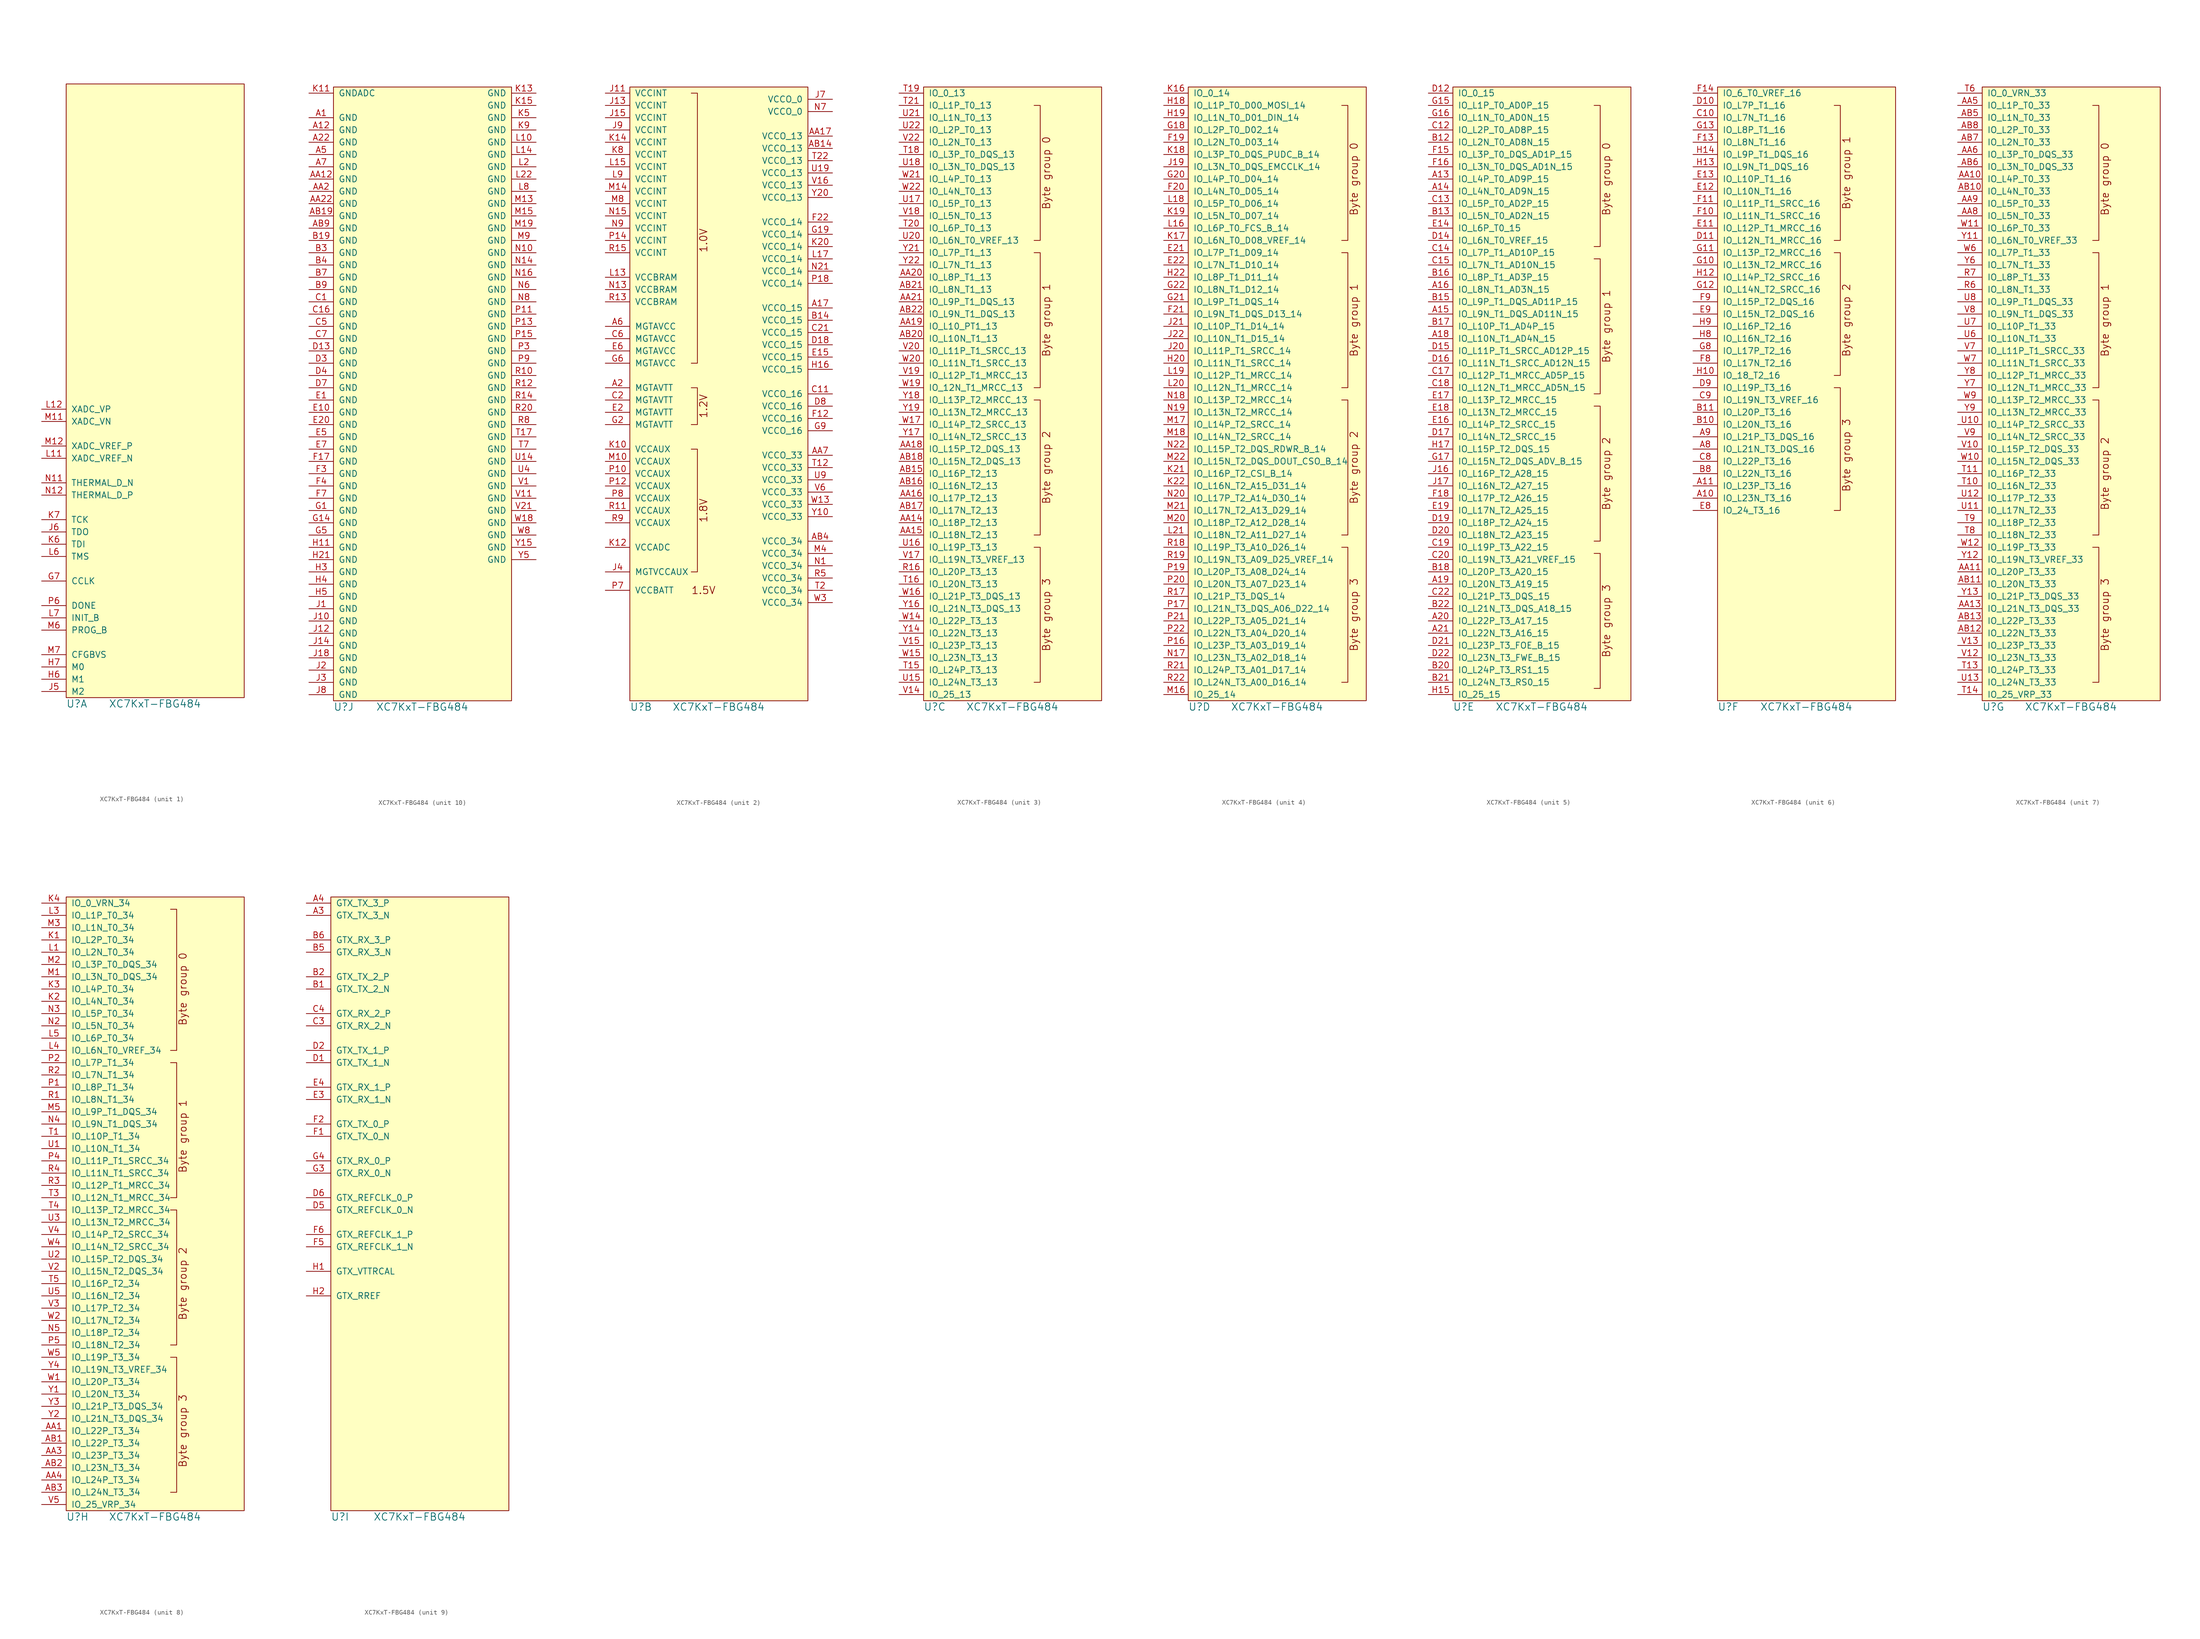
<source format=kicad_sym>
(kicad_symbol_lib
  (version 20211014)
  (generator kicad_symbol_editor)
  (symbol "XC7KxT-FBG484"
    (pin_names
      (offset 1.016))
    (property "Reference" "U"
      (at 0 -2.54 0)
      (effects (font (size 1.524 1.524)) (justify left)))
    (property "Value" "XC7KxT-FBG484"
      (at 27.94 -2.54 0)
      (effects (font (size 1.524 1.524)) (justify right)))
    (property "Footprint" ""
      (at 0 -7.62 0)
      (effects (font (size 1.524 1.524))))
    (property "Datasheet" ""
      (at 0 -7.62 0)
      (effects (font (size 1.524 1.524))))
    (property "ki_locked" ""
      (at 0 0 0)
      (effects (font (size 1.27 1.27))))
    (symbol "XC7KxT-FBG484_0_1"
      (rectangle (start 0 125.73) (end 36.83 -1.27) (stroke (width 0) (type default) (color 0 0 0 0)) (fill (type background))))
    (symbol "XC7KxT-FBG484_1_1"
      (pin bidirectional line (at -5.08 22.86 0) (length 5.08) (name "CCLK" (effects (font (size 1.27 1.27)))) (number "G7" (effects (font (size 1.27 1.27)))))
      (pin input line (at -5.08 2.54 0) (length 5.08) (name "M1" (effects (font (size 1.27 1.27)))) (number "H6" (effects (font (size 1.27 1.27)))))
      (pin input line (at -5.08 5.08 0) (length 5.08) (name "M0" (effects (font (size 1.27 1.27)))) (number "H7" (effects (font (size 1.27 1.27)))))
      (pin input line (at -5.08 0 0) (length 5.08) (name "M2" (effects (font (size 1.27 1.27)))) (number "J5" (effects (font (size 1.27 1.27)))))
      (pin output line (at -5.08 33.02 0) (length 5.08) (name "TDO" (effects (font (size 1.27 1.27)))) (number "J6" (effects (font (size 1.27 1.27)))))
      (pin input line (at -5.08 30.48 0) (length 5.08) (name "TDI" (effects (font (size 1.27 1.27)))) (number "K6" (effects (font (size 1.27 1.27)))))
      (pin input line (at -5.08 35.56 0) (length 5.08) (name "TCK" (effects (font (size 1.27 1.27)))) (number "K7" (effects (font (size 1.27 1.27)))))
      (pin power_in line (at -5.08 48.26 0) (length 5.08) (name "XADC_VREF_N" (effects (font (size 1.27 1.27)))) (number "L11" (effects (font (size 1.27 1.27)))))
      (pin power_in line (at -5.08 58.42 0) (length 5.08) (name "XADC_VP" (effects (font (size 1.27 1.27)))) (number "L12" (effects (font (size 1.27 1.27)))))
      (pin input line (at -5.08 27.94 0) (length 5.08) (name "TMS" (effects (font (size 1.27 1.27)))) (number "L6" (effects (font (size 1.27 1.27)))))
      (pin bidirectional line (at -5.08 15.24 0) (length 5.08) (name "INIT_B" (effects (font (size 1.27 1.27)))) (number "L7" (effects (font (size 1.27 1.27)))))
      (pin power_in line (at -5.08 55.88 0) (length 5.08) (name "XADC_VN" (effects (font (size 1.27 1.27)))) (number "M11" (effects (font (size 1.27 1.27)))))
      (pin power_in line (at -5.08 50.8 0) (length 5.08) (name "XADC_VREF_P" (effects (font (size 1.27 1.27)))) (number "M12" (effects (font (size 1.27 1.27)))))
      (pin input line (at -5.08 12.7 0) (length 5.08) (name "PROG_B" (effects (font (size 1.27 1.27)))) (number "M6" (effects (font (size 1.27 1.27)))))
      (pin input line (at -5.08 7.62 0) (length 5.08) (name "CFGBVS" (effects (font (size 1.27 1.27)))) (number "M7" (effects (font (size 1.27 1.27)))))
      (pin passive line (at -5.08 43.18 0) (length 5.08) (name "THERMAL_D_N" (effects (font (size 1.27 1.27)))) (number "N11" (effects (font (size 1.27 1.27)))))
      (pin passive line (at -5.08 40.64 0) (length 5.08) (name "THERMAL_D_P" (effects (font (size 1.27 1.27)))) (number "N12" (effects (font (size 1.27 1.27)))))
      (pin output line (at -5.08 17.78 0) (length 5.08) (name "DONE" (effects (font (size 1.27 1.27)))) (number "P6" (effects (font (size 1.27 1.27))))))
    (symbol "XC7KxT-FBG484_2_0"
      (polyline (pts (xy 12.7 50.8) (xy 13.97 50.8) (xy 13.97 25.4) (xy 12.7 25.4)) (stroke (width 0) (type default) (color 0 0 0 0)) (fill (type none)))
      (polyline (pts (xy 12.7 63.5) (xy 13.97 63.5) (xy 13.97 55.88) (xy 12.7 55.88)) (stroke (width 0) (type default) (color 0 0 0 0)) (fill (type none)))
      (polyline (pts (xy 12.7 124.46) (xy 13.97 124.46) (xy 13.97 68.58) (xy 12.7 68.58)) (stroke (width 0) (type default) (color 0 0 0 0)) (fill (type none)))
      (text "1.0V" (at 15.24 93.98 900) (effects (font (size 1.524 1.524))))
      (text "1.2V" (at 15.24 59.69 900) (effects (font (size 1.524 1.524))))
      (text "1.5V" (at 15.24 21.59 0) (effects (font (size 1.524 1.524))))
      (text "1.8V" (at 15.24 38.1 900) (effects (font (size 1.524 1.524)))))
    (symbol "XC7KxT-FBG484_2_1"
      (pin power_in line (at 41.91 80.01 180) (length 5.08) (name "VCCO_15" (effects (font (size 1.27 1.27)))) (number "A17" (effects (font (size 1.27 1.27)))))
      (pin power_in line (at -5.08 63.5 0) (length 5.08) (name "MGTAVTT" (effects (font (size 1.27 1.27)))) (number "A2" (effects (font (size 1.27 1.27)))))
      (pin power_in line (at -5.08 76.2 0) (length 5.08) (name "MGTAVCC" (effects (font (size 1.27 1.27)))) (number "A6" (effects (font (size 1.27 1.27)))))
      (pin power_in line (at 41.91 115.57 180) (length 5.08) (name "VCCO_13" (effects (font (size 1.27 1.27)))) (number "AA17" (effects (font (size 1.27 1.27)))))
      (pin power_in line (at 41.91 49.53 180) (length 5.08) (name "VCCO_33" (effects (font (size 1.27 1.27)))) (number "AA7" (effects (font (size 1.27 1.27)))))
      (pin power_in line (at 41.91 113.03 180) (length 5.08) (name "VCCO_13" (effects (font (size 1.27 1.27)))) (number "AB14" (effects (font (size 1.27 1.27)))))
      (pin power_in line (at 41.91 31.75 180) (length 5.08) (name "VCCO_34" (effects (font (size 1.27 1.27)))) (number "AB4" (effects (font (size 1.27 1.27)))))
      (pin power_in line (at 41.91 77.47 180) (length 5.08) (name "VCCO_15" (effects (font (size 1.27 1.27)))) (number "B14" (effects (font (size 1.27 1.27)))))
      (pin power_in line (at 41.91 62.23 180) (length 5.08) (name "VCCO_16" (effects (font (size 1.27 1.27)))) (number "C11" (effects (font (size 1.27 1.27)))))
      (pin power_in line (at -5.08 60.96 0) (length 5.08) (name "MGTAVTT" (effects (font (size 1.27 1.27)))) (number "C2" (effects (font (size 1.27 1.27)))))
      (pin power_in line (at 41.91 74.93 180) (length 5.08) (name "VCCO_15" (effects (font (size 1.27 1.27)))) (number "C21" (effects (font (size 1.27 1.27)))))
      (pin power_in line (at -5.08 73.66 0) (length 5.08) (name "MGTAVCC" (effects (font (size 1.27 1.27)))) (number "C6" (effects (font (size 1.27 1.27)))))
      (pin power_in line (at 41.91 72.39 180) (length 5.08) (name "VCCO_15" (effects (font (size 1.27 1.27)))) (number "D18" (effects (font (size 1.27 1.27)))))
      (pin power_in line (at 41.91 59.69 180) (length 5.08) (name "VCCO_16" (effects (font (size 1.27 1.27)))) (number "D8" (effects (font (size 1.27 1.27)))))
      (pin power_in line (at 41.91 69.85 180) (length 5.08) (name "VCCO_15" (effects (font (size 1.27 1.27)))) (number "E15" (effects (font (size 1.27 1.27)))))
      (pin power_in line (at -5.08 58.42 0) (length 5.08) (name "MGTAVTT" (effects (font (size 1.27 1.27)))) (number "E2" (effects (font (size 1.27 1.27)))))
      (pin power_in line (at -5.08 71.12 0) (length 5.08) (name "MGTAVCC" (effects (font (size 1.27 1.27)))) (number "E6" (effects (font (size 1.27 1.27)))))
      (pin power_in line (at 41.91 57.15 180) (length 5.08) (name "VCCO_16" (effects (font (size 1.27 1.27)))) (number "F12" (effects (font (size 1.27 1.27)))))
      (pin power_in line (at 41.91 97.79 180) (length 5.08) (name "VCCO_14" (effects (font (size 1.27 1.27)))) (number "F22" (effects (font (size 1.27 1.27)))))
      (pin power_in line (at 41.91 95.25 180) (length 5.08) (name "VCCO_14" (effects (font (size 1.27 1.27)))) (number "G19" (effects (font (size 1.27 1.27)))))
      (pin power_in line (at -5.08 55.88 0) (length 5.08) (name "MGTAVTT" (effects (font (size 1.27 1.27)))) (number "G2" (effects (font (size 1.27 1.27)))))
      (pin power_in line (at -5.08 68.58 0) (length 5.08) (name "MGTAVCC" (effects (font (size 1.27 1.27)))) (number "G6" (effects (font (size 1.27 1.27)))))
      (pin power_in line (at 41.91 54.61 180) (length 5.08) (name "VCCO_16" (effects (font (size 1.27 1.27)))) (number "G9" (effects (font (size 1.27 1.27)))))
      (pin power_in line (at 41.91 67.31 180) (length 5.08) (name "VCCO_15" (effects (font (size 1.27 1.27)))) (number "H16" (effects (font (size 1.27 1.27)))))
      (pin power_in line (at -5.08 124.46 0) (length 5.08) (name "VCCINT" (effects (font (size 1.27 1.27)))) (number "J11" (effects (font (size 1.27 1.27)))))
      (pin power_in line (at -5.08 121.92 0) (length 5.08) (name "VCCINT" (effects (font (size 1.27 1.27)))) (number "J13" (effects (font (size 1.27 1.27)))))
      (pin power_in line (at -5.08 119.38 0) (length 5.08) (name "VCCINT" (effects (font (size 1.27 1.27)))) (number "J15" (effects (font (size 1.27 1.27)))))
      (pin power_in line (at -5.08 25.4 0) (length 5.08) (name "MGTVCCAUX" (effects (font (size 1.27 1.27)))) (number "J4" (effects (font (size 1.27 1.27)))))
      (pin power_in line (at 41.91 123.19 180) (length 5.08) (name "VCCO_0" (effects (font (size 1.27 1.27)))) (number "J7" (effects (font (size 1.27 1.27)))))
      (pin power_in line (at -5.08 116.84 0) (length 5.08) (name "VCCINT" (effects (font (size 1.27 1.27)))) (number "J9" (effects (font (size 1.27 1.27)))))
      (pin power_in line (at -5.08 50.8 0) (length 5.08) (name "VCCAUX" (effects (font (size 1.27 1.27)))) (number "K10" (effects (font (size 1.27 1.27)))))
      (pin power_in line (at -5.08 30.48 0) (length 5.08) (name "VCCADC" (effects (font (size 1.27 1.27)))) (number "K12" (effects (font (size 1.27 1.27)))))
      (pin power_in line (at -5.08 114.3 0) (length 5.08) (name "VCCINT" (effects (font (size 1.27 1.27)))) (number "K14" (effects (font (size 1.27 1.27)))))
      (pin power_in line (at 41.91 92.71 180) (length 5.08) (name "VCCO_14" (effects (font (size 1.27 1.27)))) (number "K20" (effects (font (size 1.27 1.27)))))
      (pin power_in line (at -5.08 111.76 0) (length 5.08) (name "VCCINT" (effects (font (size 1.27 1.27)))) (number "K8" (effects (font (size 1.27 1.27)))))
      (pin power_in line (at -5.08 86.36 0) (length 5.08) (name "VCCBRAM" (effects (font (size 1.27 1.27)))) (number "L13" (effects (font (size 1.27 1.27)))))
      (pin power_in line (at -5.08 109.22 0) (length 5.08) (name "VCCINT" (effects (font (size 1.27 1.27)))) (number "L15" (effects (font (size 1.27 1.27)))))
      (pin power_in line (at 41.91 90.17 180) (length 5.08) (name "VCCO_14" (effects (font (size 1.27 1.27)))) (number "L17" (effects (font (size 1.27 1.27)))))
      (pin power_in line (at -5.08 106.68 0) (length 5.08) (name "VCCINT" (effects (font (size 1.27 1.27)))) (number "L9" (effects (font (size 1.27 1.27)))))
      (pin power_in line (at -5.08 48.26 0) (length 5.08) (name "VCCAUX" (effects (font (size 1.27 1.27)))) (number "M10" (effects (font (size 1.27 1.27)))))
      (pin power_in line (at -5.08 104.14 0) (length 5.08) (name "VCCINT" (effects (font (size 1.27 1.27)))) (number "M14" (effects (font (size 1.27 1.27)))))
      (pin power_in line (at 41.91 29.21 180) (length 5.08) (name "VCCO_34" (effects (font (size 1.27 1.27)))) (number "M4" (effects (font (size 1.27 1.27)))))
      (pin power_in line (at -5.08 101.6 0) (length 5.08) (name "VCCINT" (effects (font (size 1.27 1.27)))) (number "M8" (effects (font (size 1.27 1.27)))))
      (pin power_in line (at 41.91 26.67 180) (length 5.08) (name "VCCO_34" (effects (font (size 1.27 1.27)))) (number "N1" (effects (font (size 1.27 1.27)))))
      (pin power_in line (at -5.08 83.82 0) (length 5.08) (name "VCCBRAM" (effects (font (size 1.27 1.27)))) (number "N13" (effects (font (size 1.27 1.27)))))
      (pin power_in line (at -5.08 99.06 0) (length 5.08) (name "VCCINT" (effects (font (size 1.27 1.27)))) (number "N15" (effects (font (size 1.27 1.27)))))
      (pin power_in line (at 41.91 87.63 180) (length 5.08) (name "VCCO_14" (effects (font (size 1.27 1.27)))) (number "N21" (effects (font (size 1.27 1.27)))))
      (pin power_in line (at 41.91 120.65 180) (length 5.08) (name "VCCO_0" (effects (font (size 1.27 1.27)))) (number "N7" (effects (font (size 1.27 1.27)))))
      (pin power_in line (at -5.08 96.52 0) (length 5.08) (name "VCCINT" (effects (font (size 1.27 1.27)))) (number "N9" (effects (font (size 1.27 1.27)))))
      (pin power_in line (at -5.08 45.72 0) (length 5.08) (name "VCCAUX" (effects (font (size 1.27 1.27)))) (number "P10" (effects (font (size 1.27 1.27)))))
      (pin power_in line (at -5.08 43.18 0) (length 5.08) (name "VCCAUX" (effects (font (size 1.27 1.27)))) (number "P12" (effects (font (size 1.27 1.27)))))
      (pin power_in line (at -5.08 93.98 0) (length 5.08) (name "VCCINT" (effects (font (size 1.27 1.27)))) (number "P14" (effects (font (size 1.27 1.27)))))
      (pin power_in line (at 41.91 85.09 180) (length 5.08) (name "VCCO_14" (effects (font (size 1.27 1.27)))) (number "P18" (effects (font (size 1.27 1.27)))))
      (pin power_in line (at -5.08 21.59 0) (length 5.08) (name "VCCBATT" (effects (font (size 1.27 1.27)))) (number "P7" (effects (font (size 1.27 1.27)))))
      (pin power_in line (at -5.08 40.64 0) (length 5.08) (name "VCCAUX" (effects (font (size 1.27 1.27)))) (number "P8" (effects (font (size 1.27 1.27)))))
      (pin power_in line (at -5.08 38.1 0) (length 5.08) (name "VCCAUX" (effects (font (size 1.27 1.27)))) (number "R11" (effects (font (size 1.27 1.27)))))
      (pin power_in line (at -5.08 81.28 0) (length 5.08) (name "VCCBRAM" (effects (font (size 1.27 1.27)))) (number "R13" (effects (font (size 1.27 1.27)))))
      (pin power_in line (at -5.08 91.44 0) (length 5.08) (name "VCCINT" (effects (font (size 1.27 1.27)))) (number "R15" (effects (font (size 1.27 1.27)))))
      (pin power_in line (at 41.91 24.13 180) (length 5.08) (name "VCCO_34" (effects (font (size 1.27 1.27)))) (number "R5" (effects (font (size 1.27 1.27)))))
      (pin power_in line (at -5.08 35.56 0) (length 5.08) (name "VCCAUX" (effects (font (size 1.27 1.27)))) (number "R9" (effects (font (size 1.27 1.27)))))
      (pin power_in line (at 41.91 46.99 180) (length 5.08) (name "VCCO_33" (effects (font (size 1.27 1.27)))) (number "T12" (effects (font (size 1.27 1.27)))))
      (pin power_in line (at 41.91 21.59 180) (length 5.08) (name "VCCO_34" (effects (font (size 1.27 1.27)))) (number "T2" (effects (font (size 1.27 1.27)))))
      (pin power_in line (at 41.91 110.49 180) (length 5.08) (name "VCCO_13" (effects (font (size 1.27 1.27)))) (number "T22" (effects (font (size 1.27 1.27)))))
      (pin power_in line (at 41.91 107.95 180) (length 5.08) (name "VCCO_13" (effects (font (size 1.27 1.27)))) (number "U19" (effects (font (size 1.27 1.27)))))
      (pin power_in line (at 41.91 44.45 180) (length 5.08) (name "VCCO_33" (effects (font (size 1.27 1.27)))) (number "U9" (effects (font (size 1.27 1.27)))))
      (pin power_in line (at 41.91 105.41 180) (length 5.08) (name "VCCO_13" (effects (font (size 1.27 1.27)))) (number "V16" (effects (font (size 1.27 1.27)))))
      (pin power_in line (at 41.91 41.91 180) (length 5.08) (name "VCCO_33" (effects (font (size 1.27 1.27)))) (number "V6" (effects (font (size 1.27 1.27)))))
      (pin power_in line (at 41.91 39.37 180) (length 5.08) (name "VCCO_33" (effects (font (size 1.27 1.27)))) (number "W13" (effects (font (size 1.27 1.27)))))
      (pin power_in line (at 41.91 19.05 180) (length 5.08) (name "VCCO_34" (effects (font (size 1.27 1.27)))) (number "W3" (effects (font (size 1.27 1.27)))))
      (pin power_in line (at 41.91 36.83 180) (length 5.08) (name "VCCO_33" (effects (font (size 1.27 1.27)))) (number "Y10" (effects (font (size 1.27 1.27)))))
      (pin power_in line (at 41.91 102.87 180) (length 5.08) (name "VCCO_13" (effects (font (size 1.27 1.27)))) (number "Y20" (effects (font (size 1.27 1.27))))))
    (symbol "XC7KxT-FBG484_3_0"
      (text "Byte group 0" (at 25.4 107.95 900) (effects (font (size 1.524 1.524))))
      (text "Byte group 1" (at 25.4 77.47 900) (effects (font (size 1.524 1.524))))
      (text "Byte group 2" (at 25.4 46.99 900) (effects (font (size 1.524 1.524))))
      (text "Byte group 3" (at 25.4 16.51 900) (effects (font (size 1.524 1.524)))))
    (symbol "XC7KxT-FBG484_3_1"
      (polyline (pts (xy 22.86 30.48) (xy 24.13 30.48) (xy 24.13 2.54) (xy 22.86 2.54)) (stroke (width 0) (type default) (color 0 0 0 0)) (fill (type none)))
      (polyline (pts (xy 22.86 60.96) (xy 24.13 60.96) (xy 24.13 33.02) (xy 22.86 33.02)) (stroke (width 0) (type default) (color 0 0 0 0)) (fill (type none)))
      (polyline (pts (xy 22.86 91.44) (xy 24.13 91.44) (xy 24.13 63.5) (xy 22.86 63.5)) (stroke (width 0) (type default) (color 0 0 0 0)) (fill (type none)))
      (polyline (pts (xy 22.86 121.92) (xy 24.13 121.92) (xy 24.13 93.98) (xy 22.86 93.98)) (stroke (width 0) (type default) (color 0 0 0 0)) (fill (type none)))
      (pin bidirectional line (at -5.08 35.56 0) (length 5.08) (name "IO_L18P_T2_13" (effects (font (size 1.27 1.27)))) (number "AA14" (effects (font (size 1.27 1.27)))))
      (pin bidirectional line (at -5.08 33.02 0) (length 5.08) (name "IO_L18N_T2_13" (effects (font (size 1.27 1.27)))) (number "AA15" (effects (font (size 1.27 1.27)))))
      (pin bidirectional line (at -5.08 40.64 0) (length 5.08) (name "IO_L17P_T2_13" (effects (font (size 1.27 1.27)))) (number "AA16" (effects (font (size 1.27 1.27)))))
      (pin bidirectional line (at -5.08 50.8 0) (length 5.08) (name "IO_L15P_T2_DQS_13" (effects (font (size 1.27 1.27)))) (number "AA18" (effects (font (size 1.27 1.27)))))
      (pin bidirectional line (at -5.08 76.2 0) (length 5.08) (name "IO_L10_PT1_13" (effects (font (size 1.27 1.27)))) (number "AA19" (effects (font (size 1.27 1.27)))))
      (pin bidirectional line (at -5.08 86.36 0) (length 5.08) (name "IO_L8P_T1_13" (effects (font (size 1.27 1.27)))) (number "AA20" (effects (font (size 1.27 1.27)))))
      (pin bidirectional line (at -5.08 81.28 0) (length 5.08) (name "IO_L9P_T1_DQS_13" (effects (font (size 1.27 1.27)))) (number "AA21" (effects (font (size 1.27 1.27)))))
      (pin bidirectional line (at -5.08 45.72 0) (length 5.08) (name "IO_L16P_T2_13" (effects (font (size 1.27 1.27)))) (number "AB15" (effects (font (size 1.27 1.27)))))
      (pin bidirectional line (at -5.08 43.18 0) (length 5.08) (name "IO_L16N_T2_13" (effects (font (size 1.27 1.27)))) (number "AB16" (effects (font (size 1.27 1.27)))))
      (pin bidirectional line (at -5.08 38.1 0) (length 5.08) (name "IO_L17N_T2_13" (effects (font (size 1.27 1.27)))) (number "AB17" (effects (font (size 1.27 1.27)))))
      (pin bidirectional line (at -5.08 48.26 0) (length 5.08) (name "IO_L15N_T2_DQS_13" (effects (font (size 1.27 1.27)))) (number "AB18" (effects (font (size 1.27 1.27)))))
      (pin bidirectional line (at -5.08 73.66 0) (length 5.08) (name "IO_L10N_T1_13" (effects (font (size 1.27 1.27)))) (number "AB20" (effects (font (size 1.27 1.27)))))
      (pin bidirectional line (at -5.08 83.82 0) (length 5.08) (name "IO_L8N_T1_13" (effects (font (size 1.27 1.27)))) (number "AB21" (effects (font (size 1.27 1.27)))))
      (pin bidirectional line (at -5.08 78.74 0) (length 5.08) (name "IO_L9N_T1_DQS_13" (effects (font (size 1.27 1.27)))) (number "AB22" (effects (font (size 1.27 1.27)))))
      (pin bidirectional line (at -5.08 25.4 0) (length 5.08) (name "IO_L20P_T3_13" (effects (font (size 1.27 1.27)))) (number "R16" (effects (font (size 1.27 1.27)))))
      (pin bidirectional line (at -5.08 5.08 0) (length 5.08) (name "IO_L24P_T3_13" (effects (font (size 1.27 1.27)))) (number "T15" (effects (font (size 1.27 1.27)))))
      (pin bidirectional line (at -5.08 22.86 0) (length 5.08) (name "IO_L20N_T3_13" (effects (font (size 1.27 1.27)))) (number "T16" (effects (font (size 1.27 1.27)))))
      (pin bidirectional line (at -5.08 111.76 0) (length 5.08) (name "IO_L3P_T0_DQS_13" (effects (font (size 1.27 1.27)))) (number "T18" (effects (font (size 1.27 1.27)))))
      (pin bidirectional line (at -5.08 124.46 0) (length 5.08) (name "IO_0_13" (effects (font (size 1.27 1.27)))) (number "T19" (effects (font (size 1.27 1.27)))))
      (pin bidirectional line (at -5.08 96.52 0) (length 5.08) (name "IO_L6P_T0_13" (effects (font (size 1.27 1.27)))) (number "T20" (effects (font (size 1.27 1.27)))))
      (pin bidirectional line (at -5.08 121.92 0) (length 5.08) (name "IO_L1P_T0_13" (effects (font (size 1.27 1.27)))) (number "T21" (effects (font (size 1.27 1.27)))))
      (pin bidirectional line (at -5.08 2.54 0) (length 5.08) (name "IO_L24N_T3_13" (effects (font (size 1.27 1.27)))) (number "U15" (effects (font (size 1.27 1.27)))))
      (pin bidirectional line (at -5.08 30.48 0) (length 5.08) (name "IO_L19P_T3_13" (effects (font (size 1.27 1.27)))) (number "U16" (effects (font (size 1.27 1.27)))))
      (pin bidirectional line (at -5.08 101.6 0) (length 5.08) (name "IO_L5P_T0_13" (effects (font (size 1.27 1.27)))) (number "U17" (effects (font (size 1.27 1.27)))))
      (pin bidirectional line (at -5.08 109.22 0) (length 5.08) (name "IO_L3N_T0_DQS_13" (effects (font (size 1.27 1.27)))) (number "U18" (effects (font (size 1.27 1.27)))))
      (pin bidirectional line (at -5.08 93.98 0) (length 5.08) (name "IO_L6N_T0_VREF_13" (effects (font (size 1.27 1.27)))) (number "U20" (effects (font (size 1.27 1.27)))))
      (pin bidirectional line (at -5.08 119.38 0) (length 5.08) (name "IO_L1N_T0_13" (effects (font (size 1.27 1.27)))) (number "U21" (effects (font (size 1.27 1.27)))))
      (pin bidirectional line (at -5.08 116.84 0) (length 5.08) (name "IO_L2P_T0_13" (effects (font (size 1.27 1.27)))) (number "U22" (effects (font (size 1.27 1.27)))))
      (pin bidirectional line (at -5.08 0 0) (length 5.08) (name "IO_25_13" (effects (font (size 1.27 1.27)))) (number "V14" (effects (font (size 1.27 1.27)))))
      (pin bidirectional line (at -5.08 10.16 0) (length 5.08) (name "IO_L23P_T3_13" (effects (font (size 1.27 1.27)))) (number "V15" (effects (font (size 1.27 1.27)))))
      (pin bidirectional line (at -5.08 27.94 0) (length 5.08) (name "IO_L19N_T3_VREF_13" (effects (font (size 1.27 1.27)))) (number "V17" (effects (font (size 1.27 1.27)))))
      (pin bidirectional line (at -5.08 99.06 0) (length 5.08) (name "IO_L5N_T0_13" (effects (font (size 1.27 1.27)))) (number "V18" (effects (font (size 1.27 1.27)))))
      (pin bidirectional line (at -5.08 66.04 0) (length 5.08) (name "IO_L12P_T1_MRCC_13" (effects (font (size 1.27 1.27)))) (number "V19" (effects (font (size 1.27 1.27)))))
      (pin bidirectional line (at -5.08 71.12 0) (length 5.08) (name "IO_L11P_T1_SRCC_13" (effects (font (size 1.27 1.27)))) (number "V20" (effects (font (size 1.27 1.27)))))
      (pin bidirectional line (at -5.08 114.3 0) (length 5.08) (name "IO_L2N_T0_13" (effects (font (size 1.27 1.27)))) (number "V22" (effects (font (size 1.27 1.27)))))
      (pin bidirectional line (at -5.08 15.24 0) (length 5.08) (name "IO_L22P_T3_13" (effects (font (size 1.27 1.27)))) (number "W14" (effects (font (size 1.27 1.27)))))
      (pin bidirectional line (at -5.08 7.62 0) (length 5.08) (name "IO_L23N_T3_13" (effects (font (size 1.27 1.27)))) (number "W15" (effects (font (size 1.27 1.27)))))
      (pin bidirectional line (at -5.08 20.32 0) (length 5.08) (name "IO_L21P_T3_DQS_13" (effects (font (size 1.27 1.27)))) (number "W16" (effects (font (size 1.27 1.27)))))
      (pin bidirectional line (at -5.08 55.88 0) (length 5.08) (name "IO_L14P_T2_SRCC_13" (effects (font (size 1.27 1.27)))) (number "W17" (effects (font (size 1.27 1.27)))))
      (pin bidirectional line (at -5.08 63.5 0) (length 5.08) (name "IO_12N_T1_MRCC_13" (effects (font (size 1.27 1.27)))) (number "W19" (effects (font (size 1.27 1.27)))))
      (pin bidirectional line (at -5.08 68.58 0) (length 5.08) (name "IO_L11N_T1_SRCC_13" (effects (font (size 1.27 1.27)))) (number "W20" (effects (font (size 1.27 1.27)))))
      (pin bidirectional line (at -5.08 106.68 0) (length 5.08) (name "IO_L4P_T0_13" (effects (font (size 1.27 1.27)))) (number "W21" (effects (font (size 1.27 1.27)))))
      (pin bidirectional line (at -5.08 104.14 0) (length 5.08) (name "IO_L4N_T0_13" (effects (font (size 1.27 1.27)))) (number "W22" (effects (font (size 1.27 1.27)))))
      (pin bidirectional line (at -5.08 12.7 0) (length 5.08) (name "IO_L22N_T3_13" (effects (font (size 1.27 1.27)))) (number "Y14" (effects (font (size 1.27 1.27)))))
      (pin bidirectional line (at -5.08 17.78 0) (length 5.08) (name "IO_L21N_T3_DQS_13" (effects (font (size 1.27 1.27)))) (number "Y16" (effects (font (size 1.27 1.27)))))
      (pin bidirectional line (at -5.08 53.34 0) (length 5.08) (name "IO_L14N_T2_SRCC_13" (effects (font (size 1.27 1.27)))) (number "Y17" (effects (font (size 1.27 1.27)))))
      (pin bidirectional line (at -5.08 60.96 0) (length 5.08) (name "IO_L13P_T2_MRCC_13" (effects (font (size 1.27 1.27)))) (number "Y18" (effects (font (size 1.27 1.27)))))
      (pin bidirectional line (at -5.08 58.42 0) (length 5.08) (name "IO_L13N_T2_MRCC_13" (effects (font (size 1.27 1.27)))) (number "Y19" (effects (font (size 1.27 1.27)))))
      (pin bidirectional line (at -5.08 91.44 0) (length 5.08) (name "IO_L7P_T1_13" (effects (font (size 1.27 1.27)))) (number "Y21" (effects (font (size 1.27 1.27)))))
      (pin bidirectional line (at -5.08 88.9 0) (length 5.08) (name "IO_L7N_T1_13" (effects (font (size 1.27 1.27)))) (number "Y22" (effects (font (size 1.27 1.27))))))
    (symbol "XC7KxT-FBG484_4_0"
      (text "Byte group 0" (at 34.29 106.68 900) (effects (font (size 1.524 1.524))))
      (text "Byte group 1" (at 34.29 77.47 900) (effects (font (size 1.524 1.524))))
      (text "Byte group 2" (at 34.29 46.99 900) (effects (font (size 1.524 1.524))))
      (text "Byte group 3" (at 34.29 16.51 900) (effects (font (size 1.524 1.524)))))
    (symbol "XC7KxT-FBG484_4_1"
      (polyline (pts (xy 31.75 30.48) (xy 33.02 30.48) (xy 33.02 2.54) (xy 31.75 2.54)) (stroke (width 0) (type default) (color 0 0 0 0)) (fill (type none)))
      (polyline (pts (xy 31.75 60.96) (xy 33.02 60.96) (xy 33.02 33.02) (xy 31.75 33.02)) (stroke (width 0) (type default) (color 0 0 0 0)) (fill (type none)))
      (polyline (pts (xy 31.75 91.44) (xy 33.02 91.44) (xy 33.02 63.5) (xy 31.75 63.5)) (stroke (width 0) (type default) (color 0 0 0 0)) (fill (type none)))
      (polyline (pts (xy 31.75 121.92) (xy 33.02 121.92) (xy 33.02 93.98) (xy 31.75 93.98)) (stroke (width 0) (type default) (color 0 0 0 0)) (fill (type none)))
      (pin bidirectional line (at -5.08 91.44 0) (length 5.08) (name "IO_L7P_T1_D09_14" (effects (font (size 1.27 1.27)))) (number "E21" (effects (font (size 1.27 1.27)))))
      (pin bidirectional line (at -5.08 88.9 0) (length 5.08) (name "IO_L7N_T1_D10_14" (effects (font (size 1.27 1.27)))) (number "E22" (effects (font (size 1.27 1.27)))))
      (pin bidirectional line (at -5.08 114.3 0) (length 5.08) (name "IO_L2N_T0_D03_14" (effects (font (size 1.27 1.27)))) (number "F19" (effects (font (size 1.27 1.27)))))
      (pin bidirectional line (at -5.08 104.14 0) (length 5.08) (name "IO_L4N_T0_D05_14" (effects (font (size 1.27 1.27)))) (number "F20" (effects (font (size 1.27 1.27)))))
      (pin bidirectional line (at -5.08 78.74 0) (length 5.08) (name "IO_L9N_T1_DQS_D13_14" (effects (font (size 1.27 1.27)))) (number "F21" (effects (font (size 1.27 1.27)))))
      (pin bidirectional line (at -5.08 116.84 0) (length 5.08) (name "IO_L2P_T0_D02_14" (effects (font (size 1.27 1.27)))) (number "G18" (effects (font (size 1.27 1.27)))))
      (pin bidirectional line (at -5.08 106.68 0) (length 5.08) (name "IO_L4P_T0_D04_14" (effects (font (size 1.27 1.27)))) (number "G20" (effects (font (size 1.27 1.27)))))
      (pin bidirectional line (at -5.08 81.28 0) (length 5.08) (name "IO_L9P_T1_DQS_14" (effects (font (size 1.27 1.27)))) (number "G21" (effects (font (size 1.27 1.27)))))
      (pin bidirectional line (at -5.08 83.82 0) (length 5.08) (name "IO_L8N_T1_D12_14" (effects (font (size 1.27 1.27)))) (number "G22" (effects (font (size 1.27 1.27)))))
      (pin bidirectional line (at -5.08 121.92 0) (length 5.08) (name "IO_L1P_T0_D00_MOSI_14" (effects (font (size 1.27 1.27)))) (number "H18" (effects (font (size 1.27 1.27)))))
      (pin bidirectional line (at -5.08 119.38 0) (length 5.08) (name "IO_L1N_T0_D01_DIN_14" (effects (font (size 1.27 1.27)))) (number "H19" (effects (font (size 1.27 1.27)))))
      (pin bidirectional line (at -5.08 68.58 0) (length 5.08) (name "IO_L11N_T1_SRCC_14" (effects (font (size 1.27 1.27)))) (number "H20" (effects (font (size 1.27 1.27)))))
      (pin bidirectional line (at -5.08 86.36 0) (length 5.08) (name "IO_L8P_T1_D11_14" (effects (font (size 1.27 1.27)))) (number "H22" (effects (font (size 1.27 1.27)))))
      (pin bidirectional line (at -5.08 109.22 0) (length 5.08) (name "IO_L3N_T0_DQS_EMCCLK_14" (effects (font (size 1.27 1.27)))) (number "J19" (effects (font (size 1.27 1.27)))))
      (pin bidirectional line (at -5.08 71.12 0) (length 5.08) (name "IO_L11P_T1_SRCC_14" (effects (font (size 1.27 1.27)))) (number "J20" (effects (font (size 1.27 1.27)))))
      (pin bidirectional line (at -5.08 76.2 0) (length 5.08) (name "IO_L10P_T1_D14_14" (effects (font (size 1.27 1.27)))) (number "J21" (effects (font (size 1.27 1.27)))))
      (pin bidirectional line (at -5.08 73.66 0) (length 5.08) (name "IO_L10N_T1_D15_14" (effects (font (size 1.27 1.27)))) (number "J22" (effects (font (size 1.27 1.27)))))
      (pin bidirectional line (at -5.08 124.46 0) (length 5.08) (name "IO_0_14" (effects (font (size 1.27 1.27)))) (number "K16" (effects (font (size 1.27 1.27)))))
      (pin bidirectional line (at -5.08 93.98 0) (length 5.08) (name "IO_L6N_T0_D08_VREF_14" (effects (font (size 1.27 1.27)))) (number "K17" (effects (font (size 1.27 1.27)))))
      (pin bidirectional line (at -5.08 111.76 0) (length 5.08) (name "IO_L3P_T0_DQS_PUDC_B_14" (effects (font (size 1.27 1.27)))) (number "K18" (effects (font (size 1.27 1.27)))))
      (pin bidirectional line (at -5.08 99.06 0) (length 5.08) (name "IO_L5N_T0_D07_14" (effects (font (size 1.27 1.27)))) (number "K19" (effects (font (size 1.27 1.27)))))
      (pin bidirectional line (at -5.08 45.72 0) (length 5.08) (name "IO_L16P_T2_CSI_B_14" (effects (font (size 1.27 1.27)))) (number "K21" (effects (font (size 1.27 1.27)))))
      (pin bidirectional line (at -5.08 43.18 0) (length 5.08) (name "IO_L16N_T2_A15_D31_14" (effects (font (size 1.27 1.27)))) (number "K22" (effects (font (size 1.27 1.27)))))
      (pin bidirectional line (at -5.08 96.52 0) (length 5.08) (name "IO_L6P_T0_FCS_B_14" (effects (font (size 1.27 1.27)))) (number "L16" (effects (font (size 1.27 1.27)))))
      (pin bidirectional line (at -5.08 101.6 0) (length 5.08) (name "IO_L5P_T0_D06_14" (effects (font (size 1.27 1.27)))) (number "L18" (effects (font (size 1.27 1.27)))))
      (pin bidirectional line (at -5.08 66.04 0) (length 5.08) (name "IO_L12P_T1_MRCC_14" (effects (font (size 1.27 1.27)))) (number "L19" (effects (font (size 1.27 1.27)))))
      (pin bidirectional line (at -5.08 63.5 0) (length 5.08) (name "IO_L12N_T1_MRCC_14" (effects (font (size 1.27 1.27)))) (number "L20" (effects (font (size 1.27 1.27)))))
      (pin bidirectional line (at -5.08 33.02 0) (length 5.08) (name "IO_L18N_T2_A11_D27_14" (effects (font (size 1.27 1.27)))) (number "L21" (effects (font (size 1.27 1.27)))))
      (pin bidirectional line (at -5.08 0 0) (length 5.08) (name "IO_25_14" (effects (font (size 1.27 1.27)))) (number "M16" (effects (font (size 1.27 1.27)))))
      (pin bidirectional line (at -5.08 55.88 0) (length 5.08) (name "IO_L14P_T2_SRCC_14" (effects (font (size 1.27 1.27)))) (number "M17" (effects (font (size 1.27 1.27)))))
      (pin bidirectional line (at -5.08 53.34 0) (length 5.08) (name "IO_L14N_T2_SRCC_14" (effects (font (size 1.27 1.27)))) (number "M18" (effects (font (size 1.27 1.27)))))
      (pin bidirectional line (at -5.08 35.56 0) (length 5.08) (name "IO_L18P_T2_A12_D28_14" (effects (font (size 1.27 1.27)))) (number "M20" (effects (font (size 1.27 1.27)))))
      (pin bidirectional line (at -5.08 38.1 0) (length 5.08) (name "IO_L17N_T2_A13_D29_14" (effects (font (size 1.27 1.27)))) (number "M21" (effects (font (size 1.27 1.27)))))
      (pin bidirectional line (at -5.08 48.26 0) (length 5.08) (name "IO_L15N_T2_DQS_DOUT_CSO_B_14" (effects (font (size 1.27 1.27)))) (number "M22" (effects (font (size 1.27 1.27)))))
      (pin bidirectional line (at -5.08 7.62 0) (length 5.08) (name "IO_L23N_T3_A02_D18_14" (effects (font (size 1.27 1.27)))) (number "N17" (effects (font (size 1.27 1.27)))))
      (pin bidirectional line (at -5.08 60.96 0) (length 5.08) (name "IO_L13P_T2_MRCC_14" (effects (font (size 1.27 1.27)))) (number "N18" (effects (font (size 1.27 1.27)))))
      (pin bidirectional line (at -5.08 58.42 0) (length 5.08) (name "IO_L13N_T2_MRCC_14" (effects (font (size 1.27 1.27)))) (number "N19" (effects (font (size 1.27 1.27)))))
      (pin bidirectional line (at -5.08 40.64 0) (length 5.08) (name "IO_L17P_T2_A14_D30_14" (effects (font (size 1.27 1.27)))) (number "N20" (effects (font (size 1.27 1.27)))))
      (pin bidirectional line (at -5.08 50.8 0) (length 5.08) (name "IO_L15P_T2_DQS_RDWR_B_14" (effects (font (size 1.27 1.27)))) (number "N22" (effects (font (size 1.27 1.27)))))
      (pin bidirectional line (at -5.08 10.16 0) (length 5.08) (name "IO_L23P_T3_A03_D19_14" (effects (font (size 1.27 1.27)))) (number "P16" (effects (font (size 1.27 1.27)))))
      (pin bidirectional line (at -5.08 17.78 0) (length 5.08) (name "IO_L21N_T3_DQS_A06_D22_14" (effects (font (size 1.27 1.27)))) (number "P17" (effects (font (size 1.27 1.27)))))
      (pin bidirectional line (at -5.08 25.4 0) (length 5.08) (name "IO_L20P_T3_A08_D24_14" (effects (font (size 1.27 1.27)))) (number "P19" (effects (font (size 1.27 1.27)))))
      (pin bidirectional line (at -5.08 22.86 0) (length 5.08) (name "IO_L20N_T3_A07_D23_14" (effects (font (size 1.27 1.27)))) (number "P20" (effects (font (size 1.27 1.27)))))
      (pin bidirectional line (at -5.08 15.24 0) (length 5.08) (name "IO_L22P_T3_A05_D21_14" (effects (font (size 1.27 1.27)))) (number "P21" (effects (font (size 1.27 1.27)))))
      (pin bidirectional line (at -5.08 12.7 0) (length 5.08) (name "IO_L22N_T3_A04_D20_14" (effects (font (size 1.27 1.27)))) (number "P22" (effects (font (size 1.27 1.27)))))
      (pin bidirectional line (at -5.08 20.32 0) (length 5.08) (name "IO_L21P_T3_DQS_14" (effects (font (size 1.27 1.27)))) (number "R17" (effects (font (size 1.27 1.27)))))
      (pin bidirectional line (at -5.08 30.48 0) (length 5.08) (name "IO_L19P_T3_A10_D26_14" (effects (font (size 1.27 1.27)))) (number "R18" (effects (font (size 1.27 1.27)))))
      (pin bidirectional line (at -5.08 27.94 0) (length 5.08) (name "IO_L19N_T3_A09_D25_VREF_14" (effects (font (size 1.27 1.27)))) (number "R19" (effects (font (size 1.27 1.27)))))
      (pin bidirectional line (at -5.08 5.08 0) (length 5.08) (name "IO_L24P_T3_A01_D17_14" (effects (font (size 1.27 1.27)))) (number "R21" (effects (font (size 1.27 1.27)))))
      (pin bidirectional line (at -5.08 2.54 0) (length 5.08) (name "IO_L24N_T3_A00_D16_14" (effects (font (size 1.27 1.27)))) (number "R22" (effects (font (size 1.27 1.27))))))
    (symbol "XC7KxT-FBG484_5_0"
      (text "Byte group 0" (at 31.75 106.68 900) (effects (font (size 1.524 1.524))))
      (text "Byte group 1" (at 31.75 76.2 900) (effects (font (size 1.524 1.524))))
      (text "Byte group 2" (at 31.75 45.72 900) (effects (font (size 1.524 1.524))))
      (text "Byte group 3" (at 31.75 15.24 900) (effects (font (size 1.524 1.524)))))
    (symbol "XC7KxT-FBG484_5_1"
      (polyline (pts (xy 29.21 29.21) (xy 30.48 29.21) (xy 30.48 1.27) (xy 29.21 1.27)) (stroke (width 0) (type default) (color 0 0 0 0)) (fill (type none)))
      (polyline (pts (xy 29.21 59.69) (xy 30.48 59.69) (xy 30.48 31.75) (xy 29.21 31.75)) (stroke (width 0) (type default) (color 0 0 0 0)) (fill (type none)))
      (polyline (pts (xy 29.21 90.17) (xy 30.48 90.17) (xy 30.48 62.23) (xy 29.21 62.23)) (stroke (width 0) (type default) (color 0 0 0 0)) (fill (type none)))
      (polyline (pts (xy 29.21 121.92) (xy 30.48 121.92) (xy 30.48 92.71) (xy 29.21 92.71)) (stroke (width 0) (type default) (color 0 0 0 0)) (fill (type none)))
      (pin bidirectional line (at -5.08 106.68 0) (length 5.08) (name "IO_L4P_T0_AD9P_15" (effects (font (size 1.27 1.27)))) (number "A13" (effects (font (size 1.27 1.27)))))
      (pin bidirectional line (at -5.08 104.14 0) (length 5.08) (name "IO_L4N_T0_AD9N_15" (effects (font (size 1.27 1.27)))) (number "A14" (effects (font (size 1.27 1.27)))))
      (pin bidirectional line (at -5.08 78.74 0) (length 5.08) (name "IO_L9N_T1_DQS_AD11N_15" (effects (font (size 1.27 1.27)))) (number "A15" (effects (font (size 1.27 1.27)))))
      (pin bidirectional line (at -5.08 83.82 0) (length 5.08) (name "IO_L8N_T1_AD3N_15" (effects (font (size 1.27 1.27)))) (number "A16" (effects (font (size 1.27 1.27)))))
      (pin bidirectional line (at -5.08 73.66 0) (length 5.08) (name "IO_L10N_T1_AD4N_15" (effects (font (size 1.27 1.27)))) (number "A18" (effects (font (size 1.27 1.27)))))
      (pin bidirectional line (at -5.08 22.86 0) (length 5.08) (name "IO_L20N_T3_A19_15" (effects (font (size 1.27 1.27)))) (number "A19" (effects (font (size 1.27 1.27)))))
      (pin bidirectional line (at -5.08 15.24 0) (length 5.08) (name "IO_L22P_T3_A17_15" (effects (font (size 1.27 1.27)))) (number "A20" (effects (font (size 1.27 1.27)))))
      (pin bidirectional line (at -5.08 12.7 0) (length 5.08) (name "IO_L22N_T3_A16_15" (effects (font (size 1.27 1.27)))) (number "A21" (effects (font (size 1.27 1.27)))))
      (pin bidirectional line (at -5.08 114.3 0) (length 5.08) (name "IO_L2N_T0_AD8N_15" (effects (font (size 1.27 1.27)))) (number "B12" (effects (font (size 1.27 1.27)))))
      (pin bidirectional line (at -5.08 99.06 0) (length 5.08) (name "IO_L5N_T0_AD2N_15" (effects (font (size 1.27 1.27)))) (number "B13" (effects (font (size 1.27 1.27)))))
      (pin bidirectional line (at -5.08 81.28 0) (length 5.08) (name "IO_L9P_T1_DQS_AD11P_15" (effects (font (size 1.27 1.27)))) (number "B15" (effects (font (size 1.27 1.27)))))
      (pin bidirectional line (at -5.08 86.36 0) (length 5.08) (name "IO_L8P_T1_AD3P_15" (effects (font (size 1.27 1.27)))) (number "B16" (effects (font (size 1.27 1.27)))))
      (pin bidirectional line (at -5.08 76.2 0) (length 5.08) (name "IO_L10P_T1_AD4P_15" (effects (font (size 1.27 1.27)))) (number "B17" (effects (font (size 1.27 1.27)))))
      (pin bidirectional line (at -5.08 25.4 0) (length 5.08) (name "IO_L20P_T3_A20_15" (effects (font (size 1.27 1.27)))) (number "B18" (effects (font (size 1.27 1.27)))))
      (pin bidirectional line (at -5.08 5.08 0) (length 5.08) (name "IO_L24P_T3_RS1_15" (effects (font (size 1.27 1.27)))) (number "B20" (effects (font (size 1.27 1.27)))))
      (pin bidirectional line (at -5.08 2.54 0) (length 5.08) (name "IO_L24N_T3_RS0_15" (effects (font (size 1.27 1.27)))) (number "B21" (effects (font (size 1.27 1.27)))))
      (pin bidirectional line (at -5.08 17.78 0) (length 5.08) (name "IO_L21N_T3_DQS_A18_15" (effects (font (size 1.27 1.27)))) (number "B22" (effects (font (size 1.27 1.27)))))
      (pin bidirectional line (at -5.08 116.84 0) (length 5.08) (name "IO_L2P_T0_AD8P_15" (effects (font (size 1.27 1.27)))) (number "C12" (effects (font (size 1.27 1.27)))))
      (pin bidirectional line (at -5.08 101.6 0) (length 5.08) (name "IO_L5P_T0_AD2P_15" (effects (font (size 1.27 1.27)))) (number "C13" (effects (font (size 1.27 1.27)))))
      (pin bidirectional line (at -5.08 91.44 0) (length 5.08) (name "IO_L7P_T1_AD10P_15" (effects (font (size 1.27 1.27)))) (number "C14" (effects (font (size 1.27 1.27)))))
      (pin bidirectional line (at -5.08 88.9 0) (length 5.08) (name "IO_L7N_T1_AD10N_15" (effects (font (size 1.27 1.27)))) (number "C15" (effects (font (size 1.27 1.27)))))
      (pin bidirectional line (at -5.08 66.04 0) (length 5.08) (name "IO_L12P_T1_MRCC_AD5P_15" (effects (font (size 1.27 1.27)))) (number "C17" (effects (font (size 1.27 1.27)))))
      (pin bidirectional line (at -5.08 63.5 0) (length 5.08) (name "IO_L12N_T1_MRCC_AD5N_15" (effects (font (size 1.27 1.27)))) (number "C18" (effects (font (size 1.27 1.27)))))
      (pin bidirectional line (at -5.08 30.48 0) (length 5.08) (name "IO_L19P_T3_A22_15" (effects (font (size 1.27 1.27)))) (number "C19" (effects (font (size 1.27 1.27)))))
      (pin bidirectional line (at -5.08 27.94 0) (length 5.08) (name "IO_L19N_T3_A21_VREF_15" (effects (font (size 1.27 1.27)))) (number "C20" (effects (font (size 1.27 1.27)))))
      (pin bidirectional line (at -5.08 20.32 0) (length 5.08) (name "IO_L21P_T3_DQS_15" (effects (font (size 1.27 1.27)))) (number "C22" (effects (font (size 1.27 1.27)))))
      (pin bidirectional line (at -5.08 124.46 0) (length 5.08) (name "IO_0_15" (effects (font (size 1.27 1.27)))) (number "D12" (effects (font (size 1.27 1.27)))))
      (pin bidirectional line (at -5.08 93.98 0) (length 5.08) (name "IO_L6N_T0_VREF_15" (effects (font (size 1.27 1.27)))) (number "D14" (effects (font (size 1.27 1.27)))))
      (pin bidirectional line (at -5.08 71.12 0) (length 5.08) (name "IO_L11P_T1_SRCC_AD12P_15" (effects (font (size 1.27 1.27)))) (number "D15" (effects (font (size 1.27 1.27)))))
      (pin bidirectional line (at -5.08 68.58 0) (length 5.08) (name "IO_L11N_T1_SRCC_AD12N_15" (effects (font (size 1.27 1.27)))) (number "D16" (effects (font (size 1.27 1.27)))))
      (pin bidirectional line (at -5.08 53.34 0) (length 5.08) (name "IO_L14N_T2_SRCC_15" (effects (font (size 1.27 1.27)))) (number "D17" (effects (font (size 1.27 1.27)))))
      (pin bidirectional line (at -5.08 35.56 0) (length 5.08) (name "IO_L18P_T2_A24_15" (effects (font (size 1.27 1.27)))) (number "D19" (effects (font (size 1.27 1.27)))))
      (pin bidirectional line (at -5.08 33.02 0) (length 5.08) (name "IO_L18N_T2_A23_15" (effects (font (size 1.27 1.27)))) (number "D20" (effects (font (size 1.27 1.27)))))
      (pin bidirectional line (at -5.08 10.16 0) (length 5.08) (name "IO_L23P_T3_FOE_B_15" (effects (font (size 1.27 1.27)))) (number "D21" (effects (font (size 1.27 1.27)))))
      (pin bidirectional line (at -5.08 7.62 0) (length 5.08) (name "IO_L23N_T3_FWE_B_15" (effects (font (size 1.27 1.27)))) (number "D22" (effects (font (size 1.27 1.27)))))
      (pin bidirectional line (at -5.08 96.52 0) (length 5.08) (name "IO_L6P_T0_15" (effects (font (size 1.27 1.27)))) (number "E14" (effects (font (size 1.27 1.27)))))
      (pin bidirectional line (at -5.08 55.88 0) (length 5.08) (name "IO_L14P_T2_SRCC_15" (effects (font (size 1.27 1.27)))) (number "E16" (effects (font (size 1.27 1.27)))))
      (pin bidirectional line (at -5.08 60.96 0) (length 5.08) (name "IO_L13P_T2_MRCC_15" (effects (font (size 1.27 1.27)))) (number "E17" (effects (font (size 1.27 1.27)))))
      (pin bidirectional line (at -5.08 58.42 0) (length 5.08) (name "IO_L13N_T2_MRCC_15" (effects (font (size 1.27 1.27)))) (number "E18" (effects (font (size 1.27 1.27)))))
      (pin bidirectional line (at -5.08 38.1 0) (length 5.08) (name "IO_L17N_T2_A25_15" (effects (font (size 1.27 1.27)))) (number "E19" (effects (font (size 1.27 1.27)))))
      (pin bidirectional line (at -5.08 111.76 0) (length 5.08) (name "IO_L3P_T0_DQS_AD1P_15" (effects (font (size 1.27 1.27)))) (number "F15" (effects (font (size 1.27 1.27)))))
      (pin bidirectional line (at -5.08 109.22 0) (length 5.08) (name "IO_L3N_T0_DQS_AD1N_15" (effects (font (size 1.27 1.27)))) (number "F16" (effects (font (size 1.27 1.27)))))
      (pin bidirectional line (at -5.08 40.64 0) (length 5.08) (name "IO_L17P_T2_A26_15" (effects (font (size 1.27 1.27)))) (number "F18" (effects (font (size 1.27 1.27)))))
      (pin bidirectional line (at -5.08 121.92 0) (length 5.08) (name "IO_L1P_T0_AD0P_15" (effects (font (size 1.27 1.27)))) (number "G15" (effects (font (size 1.27 1.27)))))
      (pin bidirectional line (at -5.08 119.38 0) (length 5.08) (name "IO_L1N_T0_AD0N_15" (effects (font (size 1.27 1.27)))) (number "G16" (effects (font (size 1.27 1.27)))))
      (pin bidirectional line (at -5.08 48.26 0) (length 5.08) (name "IO_L15N_T2_DQS_ADV_B_15" (effects (font (size 1.27 1.27)))) (number "G17" (effects (font (size 1.27 1.27)))))
      (pin bidirectional line (at -5.08 0 0) (length 5.08) (name "IO_25_15" (effects (font (size 1.27 1.27)))) (number "H15" (effects (font (size 1.27 1.27)))))
      (pin bidirectional line (at -5.08 50.8 0) (length 5.08) (name "IO_L15P_T2_DQS_15" (effects (font (size 1.27 1.27)))) (number "H17" (effects (font (size 1.27 1.27)))))
      (pin bidirectional line (at -5.08 45.72 0) (length 5.08) (name "IO_L16P_T2_A28_15" (effects (font (size 1.27 1.27)))) (number "J16" (effects (font (size 1.27 1.27)))))
      (pin bidirectional line (at -5.08 43.18 0) (length 5.08) (name "IO_L16N_T2_A27_15" (effects (font (size 1.27 1.27)))) (number "J17" (effects (font (size 1.27 1.27))))))
    (symbol "XC7KxT-FBG484_6_0"
      (text "Byte group 1" (at 26.67 107.95 900) (effects (font (size 1.524 1.524))))
      (text "Byte group 2" (at 26.67 77.47 900) (effects (font (size 1.524 1.524))))
      (text "Byte group 3" (at 26.67 49.53 900) (effects (font (size 1.524 1.524)))))
    (symbol "XC7KxT-FBG484_6_1"
      (polyline (pts (xy 24.13 63.5) (xy 25.4 63.5) (xy 25.4 38.1) (xy 24.13 38.1)) (stroke (width 0) (type default) (color 0 0 0 0)) (fill (type none)))
      (polyline (pts (xy 24.13 91.44) (xy 25.4 91.44) (xy 25.4 66.04) (xy 24.13 66.04)) (stroke (width 0) (type default) (color 0 0 0 0)) (fill (type none)))
      (polyline (pts (xy 24.13 121.92) (xy 25.4 121.92) (xy 25.4 93.98) (xy 24.13 93.98)) (stroke (width 0) (type default) (color 0 0 0 0)) (fill (type none)))
      (pin bidirectional line (at -5.08 40.64 0) (length 5.08) (name "IO_L23N_T3_16" (effects (font (size 1.27 1.27)))) (number "A10" (effects (font (size 1.27 1.27)))))
      (pin bidirectional line (at -5.08 43.18 0) (length 5.08) (name "IO_L23P_T3_16" (effects (font (size 1.27 1.27)))) (number "A11" (effects (font (size 1.27 1.27)))))
      (pin bidirectional line (at -5.08 50.8 0) (length 5.08) (name "IO_L21N_T3_DQS_16" (effects (font (size 1.27 1.27)))) (number "A8" (effects (font (size 1.27 1.27)))))
      (pin bidirectional line (at -5.08 53.34 0) (length 5.08) (name "IO_L21P_T3_DQS_16" (effects (font (size 1.27 1.27)))) (number "A9" (effects (font (size 1.27 1.27)))))
      (pin bidirectional line (at -5.08 55.88 0) (length 5.08) (name "IO_L20N_T3_16" (effects (font (size 1.27 1.27)))) (number "B10" (effects (font (size 1.27 1.27)))))
      (pin bidirectional line (at -5.08 58.42 0) (length 5.08) (name "IO_L20P_T3_16" (effects (font (size 1.27 1.27)))) (number "B11" (effects (font (size 1.27 1.27)))))
      (pin bidirectional line (at -5.08 45.72 0) (length 5.08) (name "IO_L22N_T3_16" (effects (font (size 1.27 1.27)))) (number "B8" (effects (font (size 1.27 1.27)))))
      (pin bidirectional line (at -5.08 119.38 0) (length 5.08) (name "IO_L7N_T1_16" (effects (font (size 1.27 1.27)))) (number "C10" (effects (font (size 1.27 1.27)))))
      (pin bidirectional line (at -5.08 48.26 0) (length 5.08) (name "IO_L22P_T3_16" (effects (font (size 1.27 1.27)))) (number "C8" (effects (font (size 1.27 1.27)))))
      (pin bidirectional line (at -5.08 60.96 0) (length 5.08) (name "IO_L19N_T3_VREF_16" (effects (font (size 1.27 1.27)))) (number "C9" (effects (font (size 1.27 1.27)))))
      (pin bidirectional line (at -5.08 121.92 0) (length 5.08) (name "IO_L7P_T1_16" (effects (font (size 1.27 1.27)))) (number "D10" (effects (font (size 1.27 1.27)))))
      (pin bidirectional line (at -5.08 93.98 0) (length 5.08) (name "IO_L12N_T1_MRCC_16" (effects (font (size 1.27 1.27)))) (number "D11" (effects (font (size 1.27 1.27)))))
      (pin bidirectional line (at -5.08 63.5 0) (length 5.08) (name "IO_L19P_T3_16" (effects (font (size 1.27 1.27)))) (number "D9" (effects (font (size 1.27 1.27)))))
      (pin bidirectional line (at -5.08 96.52 0) (length 5.08) (name "IO_L12P_T1_MRCC_16" (effects (font (size 1.27 1.27)))) (number "E11" (effects (font (size 1.27 1.27)))))
      (pin bidirectional line (at -5.08 104.14 0) (length 5.08) (name "IO_L10N_T1_16" (effects (font (size 1.27 1.27)))) (number "E12" (effects (font (size 1.27 1.27)))))
      (pin bidirectional line (at -5.08 106.68 0) (length 5.08) (name "IO_L10P_T1_16" (effects (font (size 1.27 1.27)))) (number "E13" (effects (font (size 1.27 1.27)))))
      (pin bidirectional line (at -5.08 38.1 0) (length 5.08) (name "IO_24_T3_16" (effects (font (size 1.27 1.27)))) (number "E8" (effects (font (size 1.27 1.27)))))
      (pin bidirectional line (at -5.08 78.74 0) (length 5.08) (name "IO_L15N_T2_DQS_16" (effects (font (size 1.27 1.27)))) (number "E9" (effects (font (size 1.27 1.27)))))
      (pin bidirectional line (at -5.08 99.06 0) (length 5.08) (name "IO_L11N_T1_SRCC_16" (effects (font (size 1.27 1.27)))) (number "F10" (effects (font (size 1.27 1.27)))))
      (pin bidirectional line (at -5.08 101.6 0) (length 5.08) (name "IO_L11P_T1_SRCC_16" (effects (font (size 1.27 1.27)))) (number "F11" (effects (font (size 1.27 1.27)))))
      (pin bidirectional line (at -5.08 114.3 0) (length 5.08) (name "IO_L8N_T1_16" (effects (font (size 1.27 1.27)))) (number "F13" (effects (font (size 1.27 1.27)))))
      (pin bidirectional line (at -5.08 124.46 0) (length 5.08) (name "IO_6_T0_VREF_16" (effects (font (size 1.27 1.27)))) (number "F14" (effects (font (size 1.27 1.27)))))
      (pin bidirectional line (at -5.08 68.58 0) (length 5.08) (name "IO_L17N_T2_16" (effects (font (size 1.27 1.27)))) (number "F8" (effects (font (size 1.27 1.27)))))
      (pin bidirectional line (at -5.08 81.28 0) (length 5.08) (name "IO_L15P_T2_DQS_16" (effects (font (size 1.27 1.27)))) (number "F9" (effects (font (size 1.27 1.27)))))
      (pin bidirectional line (at -5.08 88.9 0) (length 5.08) (name "IO_L13N_T2_MRCC_16" (effects (font (size 1.27 1.27)))) (number "G10" (effects (font (size 1.27 1.27)))))
      (pin bidirectional line (at -5.08 91.44 0) (length 5.08) (name "IO_L13P_T2_MRCC_16" (effects (font (size 1.27 1.27)))) (number "G11" (effects (font (size 1.27 1.27)))))
      (pin bidirectional line (at -5.08 83.82 0) (length 5.08) (name "IO_L14N_T2_SRCC_16" (effects (font (size 1.27 1.27)))) (number "G12" (effects (font (size 1.27 1.27)))))
      (pin bidirectional line (at -5.08 116.84 0) (length 5.08) (name "IO_L8P_T1_16" (effects (font (size 1.27 1.27)))) (number "G13" (effects (font (size 1.27 1.27)))))
      (pin bidirectional line (at -5.08 71.12 0) (length 5.08) (name "IO_L17P_T2_16" (effects (font (size 1.27 1.27)))) (number "G8" (effects (font (size 1.27 1.27)))))
      (pin bidirectional line (at -5.08 66.04 0) (length 5.08) (name "IO_18_T2_16" (effects (font (size 1.27 1.27)))) (number "H10" (effects (font (size 1.27 1.27)))))
      (pin bidirectional line (at -5.08 86.36 0) (length 5.08) (name "IO_L14P_T2_SRCC_16" (effects (font (size 1.27 1.27)))) (number "H12" (effects (font (size 1.27 1.27)))))
      (pin bidirectional line (at -5.08 109.22 0) (length 5.08) (name "IO_L9N_T1_DQS_16" (effects (font (size 1.27 1.27)))) (number "H13" (effects (font (size 1.27 1.27)))))
      (pin bidirectional line (at -5.08 111.76 0) (length 5.08) (name "IO_L9P_T1_DQS_16" (effects (font (size 1.27 1.27)))) (number "H14" (effects (font (size 1.27 1.27)))))
      (pin bidirectional line (at -5.08 73.66 0) (length 5.08) (name "IO_L16N_T2_16" (effects (font (size 1.27 1.27)))) (number "H8" (effects (font (size 1.27 1.27)))))
      (pin bidirectional line (at -5.08 76.2 0) (length 5.08) (name "IO_L16P_T2_16" (effects (font (size 1.27 1.27)))) (number "H9" (effects (font (size 1.27 1.27))))))
    (symbol "XC7KxT-FBG484_7_0"
      (text "Byte group 0" (at 25.4 106.68 900) (effects (font (size 1.524 1.524))))
      (text "Byte group 1" (at 25.4 77.47 900) (effects (font (size 1.524 1.524))))
      (text "Byte group 2" (at 25.4 45.72 900) (effects (font (size 1.524 1.524))))
      (text "Byte group 3" (at 25.4 16.51 900) (effects (font (size 1.524 1.524)))))
    (symbol "XC7KxT-FBG484_7_1"
      (polyline (pts (xy 22.86 30.48) (xy 24.13 30.48) (xy 24.13 2.54) (xy 22.86 2.54)) (stroke (width 0) (type default) (color 0 0 0 0)) (fill (type none)))
      (polyline (pts (xy 22.86 60.96) (xy 24.13 60.96) (xy 24.13 33.02) (xy 22.86 33.02)) (stroke (width 0) (type default) (color 0 0 0 0)) (fill (type none)))
      (polyline (pts (xy 22.86 91.44) (xy 24.13 91.44) (xy 24.13 63.5) (xy 22.86 63.5)) (stroke (width 0) (type default) (color 0 0 0 0)) (fill (type none)))
      (polyline (pts (xy 22.86 121.92) (xy 24.13 121.92) (xy 24.13 93.98) (xy 22.86 93.98)) (stroke (width 0) (type default) (color 0 0 0 0)) (fill (type none)))
      (pin bidirectional line (at -5.08 106.68 0) (length 5.08) (name "IO_L4P_T0_33" (effects (font (size 1.27 1.27)))) (number "AA10" (effects (font (size 1.27 1.27)))))
      (pin bidirectional line (at -5.08 25.4 0) (length 5.08) (name "IO_L20P_T3_33" (effects (font (size 1.27 1.27)))) (number "AA11" (effects (font (size 1.27 1.27)))))
      (pin bidirectional line (at -5.08 17.78 0) (length 5.08) (name "IO_L21N_T3_DQS_33" (effects (font (size 1.27 1.27)))) (number "AA13" (effects (font (size 1.27 1.27)))))
      (pin bidirectional line (at -5.08 121.92 0) (length 5.08) (name "IO_L1P_T0_33" (effects (font (size 1.27 1.27)))) (number "AA5" (effects (font (size 1.27 1.27)))))
      (pin bidirectional line (at -5.08 111.76 0) (length 5.08) (name "IO_L3P_T0_DQS_33" (effects (font (size 1.27 1.27)))) (number "AA6" (effects (font (size 1.27 1.27)))))
      (pin bidirectional line (at -5.08 99.06 0) (length 5.08) (name "IO_L5N_T0_33" (effects (font (size 1.27 1.27)))) (number "AA8" (effects (font (size 1.27 1.27)))))
      (pin bidirectional line (at -5.08 101.6 0) (length 5.08) (name "IO_L5P_T0_33" (effects (font (size 1.27 1.27)))) (number "AA9" (effects (font (size 1.27 1.27)))))
      (pin bidirectional line (at -5.08 104.14 0) (length 5.08) (name "IO_L4N_T0_33" (effects (font (size 1.27 1.27)))) (number "AB10" (effects (font (size 1.27 1.27)))))
      (pin bidirectional line (at -5.08 22.86 0) (length 5.08) (name "IO_L20N_T3_33" (effects (font (size 1.27 1.27)))) (number "AB11" (effects (font (size 1.27 1.27)))))
      (pin bidirectional line (at -5.08 12.7 0) (length 5.08) (name "IO_L22N_T3_33" (effects (font (size 1.27 1.27)))) (number "AB12" (effects (font (size 1.27 1.27)))))
      (pin bidirectional line (at -5.08 15.24 0) (length 5.08) (name "IO_L22P_T3_33" (effects (font (size 1.27 1.27)))) (number "AB13" (effects (font (size 1.27 1.27)))))
      (pin bidirectional line (at -5.08 119.38 0) (length 5.08) (name "IO_L1N_T0_33" (effects (font (size 1.27 1.27)))) (number "AB5" (effects (font (size 1.27 1.27)))))
      (pin bidirectional line (at -5.08 109.22 0) (length 5.08) (name "IO_L3N_T0_DQS_33" (effects (font (size 1.27 1.27)))) (number "AB6" (effects (font (size 1.27 1.27)))))
      (pin bidirectional line (at -5.08 114.3 0) (length 5.08) (name "IO_L2N_T0_33" (effects (font (size 1.27 1.27)))) (number "AB7" (effects (font (size 1.27 1.27)))))
      (pin bidirectional line (at -5.08 116.84 0) (length 5.08) (name "IO_L2P_T0_33" (effects (font (size 1.27 1.27)))) (number "AB8" (effects (font (size 1.27 1.27)))))
      (pin bidirectional line (at -5.08 83.82 0) (length 5.08) (name "IO_L8N_T1_33" (effects (font (size 1.27 1.27)))) (number "R6" (effects (font (size 1.27 1.27)))))
      (pin bidirectional line (at -5.08 86.36 0) (length 5.08) (name "IO_L8P_T1_33" (effects (font (size 1.27 1.27)))) (number "R7" (effects (font (size 1.27 1.27)))))
      (pin bidirectional line (at -5.08 43.18 0) (length 5.08) (name "IO_L16N_T2_33" (effects (font (size 1.27 1.27)))) (number "T10" (effects (font (size 1.27 1.27)))))
      (pin bidirectional line (at -5.08 45.72 0) (length 5.08) (name "IO_L16P_T2_33" (effects (font (size 1.27 1.27)))) (number "T11" (effects (font (size 1.27 1.27)))))
      (pin bidirectional line (at -5.08 5.08 0) (length 5.08) (name "IO_L24P_T3_33" (effects (font (size 1.27 1.27)))) (number "T13" (effects (font (size 1.27 1.27)))))
      (pin bidirectional line (at -5.08 0 0) (length 5.08) (name "IO_25_VRP_33" (effects (font (size 1.27 1.27)))) (number "T14" (effects (font (size 1.27 1.27)))))
      (pin bidirectional line (at -5.08 124.46 0) (length 5.08) (name "IO_0_VRN_33" (effects (font (size 1.27 1.27)))) (number "T6" (effects (font (size 1.27 1.27)))))
      (pin bidirectional line (at -5.08 33.02 0) (length 5.08) (name "IO_L18N_T2_33" (effects (font (size 1.27 1.27)))) (number "T8" (effects (font (size 1.27 1.27)))))
      (pin bidirectional line (at -5.08 35.56 0) (length 5.08) (name "IO_L18P_T2_33" (effects (font (size 1.27 1.27)))) (number "T9" (effects (font (size 1.27 1.27)))))
      (pin bidirectional line (at -5.08 55.88 0) (length 5.08) (name "IO_L14P_T2_SRCC_33" (effects (font (size 1.27 1.27)))) (number "U10" (effects (font (size 1.27 1.27)))))
      (pin bidirectional line (at -5.08 38.1 0) (length 5.08) (name "IO_L17N_T2_33" (effects (font (size 1.27 1.27)))) (number "U11" (effects (font (size 1.27 1.27)))))
      (pin bidirectional line (at -5.08 40.64 0) (length 5.08) (name "IO_L17P_T2_33" (effects (font (size 1.27 1.27)))) (number "U12" (effects (font (size 1.27 1.27)))))
      (pin bidirectional line (at -5.08 2.54 0) (length 5.08) (name "IO_L24N_T3_33" (effects (font (size 1.27 1.27)))) (number "U13" (effects (font (size 1.27 1.27)))))
      (pin bidirectional line (at -5.08 73.66 0) (length 5.08) (name "IO_L10N_T1_33" (effects (font (size 1.27 1.27)))) (number "U6" (effects (font (size 1.27 1.27)))))
      (pin bidirectional line (at -5.08 76.2 0) (length 5.08) (name "IO_L10P_T1_33" (effects (font (size 1.27 1.27)))) (number "U7" (effects (font (size 1.27 1.27)))))
      (pin bidirectional line (at -5.08 81.28 0) (length 5.08) (name "IO_L9P_T1_DQS_33" (effects (font (size 1.27 1.27)))) (number "U8" (effects (font (size 1.27 1.27)))))
      (pin bidirectional line (at -5.08 50.8 0) (length 5.08) (name "IO_L15P_T2_DQS_33" (effects (font (size 1.27 1.27)))) (number "V10" (effects (font (size 1.27 1.27)))))
      (pin bidirectional line (at -5.08 7.62 0) (length 5.08) (name "IO_L23N_T3_33" (effects (font (size 1.27 1.27)))) (number "V12" (effects (font (size 1.27 1.27)))))
      (pin bidirectional line (at -5.08 10.16 0) (length 5.08) (name "IO_L23P_T3_33" (effects (font (size 1.27 1.27)))) (number "V13" (effects (font (size 1.27 1.27)))))
      (pin bidirectional line (at -5.08 71.12 0) (length 5.08) (name "IO_L11P_T1_SRCC_33" (effects (font (size 1.27 1.27)))) (number "V7" (effects (font (size 1.27 1.27)))))
      (pin bidirectional line (at -5.08 78.74 0) (length 5.08) (name "IO_L9N_T1_DQS_33" (effects (font (size 1.27 1.27)))) (number "V8" (effects (font (size 1.27 1.27)))))
      (pin bidirectional line (at -5.08 53.34 0) (length 5.08) (name "IO_L14N_T2_SRCC_33" (effects (font (size 1.27 1.27)))) (number "V9" (effects (font (size 1.27 1.27)))))
      (pin bidirectional line (at -5.08 48.26 0) (length 5.08) (name "IO_L15N_T2_DQS_33" (effects (font (size 1.27 1.27)))) (number "W10" (effects (font (size 1.27 1.27)))))
      (pin bidirectional line (at -5.08 96.52 0) (length 5.08) (name "IO_L6P_T0_33" (effects (font (size 1.27 1.27)))) (number "W11" (effects (font (size 1.27 1.27)))))
      (pin bidirectional line (at -5.08 30.48 0) (length 5.08) (name "IO_L19P_T3_33" (effects (font (size 1.27 1.27)))) (number "W12" (effects (font (size 1.27 1.27)))))
      (pin bidirectional line (at -5.08 91.44 0) (length 5.08) (name "IO_L7P_T1_33" (effects (font (size 1.27 1.27)))) (number "W6" (effects (font (size 1.27 1.27)))))
      (pin bidirectional line (at -5.08 68.58 0) (length 5.08) (name "IO_L11N_T1_SRCC_33" (effects (font (size 1.27 1.27)))) (number "W7" (effects (font (size 1.27 1.27)))))
      (pin bidirectional line (at -5.08 60.96 0) (length 5.08) (name "IO_L13P_T2_MRCC_33" (effects (font (size 1.27 1.27)))) (number "W9" (effects (font (size 1.27 1.27)))))
      (pin bidirectional line (at -5.08 93.98 0) (length 5.08) (name "IO_L6N_T0_VREF_33" (effects (font (size 1.27 1.27)))) (number "Y11" (effects (font (size 1.27 1.27)))))
      (pin bidirectional line (at -5.08 27.94 0) (length 5.08) (name "IO_L19N_T3_VREF_33" (effects (font (size 1.27 1.27)))) (number "Y12" (effects (font (size 1.27 1.27)))))
      (pin bidirectional line (at -5.08 20.32 0) (length 5.08) (name "IO_L21P_T3_DQS_33" (effects (font (size 1.27 1.27)))) (number "Y13" (effects (font (size 1.27 1.27)))))
      (pin bidirectional line (at -5.08 88.9 0) (length 5.08) (name "IO_L7N_T1_33" (effects (font (size 1.27 1.27)))) (number "Y6" (effects (font (size 1.27 1.27)))))
      (pin bidirectional line (at -5.08 63.5 0) (length 5.08) (name "IO_L12N_T1_MRCC_33" (effects (font (size 1.27 1.27)))) (number "Y7" (effects (font (size 1.27 1.27)))))
      (pin bidirectional line (at -5.08 66.04 0) (length 5.08) (name "IO_L12P_T1_MRCC_33" (effects (font (size 1.27 1.27)))) (number "Y8" (effects (font (size 1.27 1.27)))))
      (pin bidirectional line (at -5.08 58.42 0) (length 5.08) (name "IO_L13N_T2_MRCC_33" (effects (font (size 1.27 1.27)))) (number "Y9" (effects (font (size 1.27 1.27))))))
    (symbol "XC7KxT-FBG484_8_0"
      (text "Byte group 0" (at 24.13 106.68 900) (effects (font (size 1.524 1.524))))
      (text "Byte group 1" (at 24.13 76.2 900) (effects (font (size 1.524 1.524))))
      (text "Byte group 2" (at 24.13 45.72 900) (effects (font (size 1.524 1.524))))
      (text "Byte group 3" (at 24.13 15.24 900) (effects (font (size 1.524 1.524)))))
    (symbol "XC7KxT-FBG484_8_1"
      (polyline (pts (xy 21.59 30.48) (xy 22.86 30.48) (xy 22.86 2.54) (xy 21.59 2.54)) (stroke (width 0) (type default) (color 0 0 0 0)) (fill (type none)))
      (polyline (pts (xy 21.59 60.96) (xy 22.86 60.96) (xy 22.86 33.02) (xy 21.59 33.02)) (stroke (width 0) (type default) (color 0 0 0 0)) (fill (type none)))
      (polyline (pts (xy 21.59 91.44) (xy 22.86 91.44) (xy 22.86 63.5) (xy 21.59 63.5)) (stroke (width 0) (type default) (color 0 0 0 0)) (fill (type none)))
      (polyline (pts (xy 21.59 123.19) (xy 22.86 123.19) (xy 22.86 93.98) (xy 21.59 93.98)) (stroke (width 0) (type default) (color 0 0 0 0)) (fill (type none)))
      (pin bidirectional line (at -5.08 15.24 0) (length 5.08) (name "IO_L22P_T3_34" (effects (font (size 1.27 1.27)))) (number "AA1" (effects (font (size 1.27 1.27)))))
      (pin bidirectional line (at -5.08 10.16 0) (length 5.08) (name "IO_L23P_T3_34" (effects (font (size 1.27 1.27)))) (number "AA3" (effects (font (size 1.27 1.27)))))
      (pin bidirectional line (at -5.08 5.08 0) (length 5.08) (name "IO_L24P_T3_34" (effects (font (size 1.27 1.27)))) (number "AA4" (effects (font (size 1.27 1.27)))))
      (pin bidirectional line (at -5.08 12.7 0) (length 5.08) (name "IO_L22P_T3_34" (effects (font (size 1.27 1.27)))) (number "AB1" (effects (font (size 1.27 1.27)))))
      (pin bidirectional line (at -5.08 7.62 0) (length 5.08) (name "IO_L23N_T3_34" (effects (font (size 1.27 1.27)))) (number "AB2" (effects (font (size 1.27 1.27)))))
      (pin bidirectional line (at -5.08 2.54 0) (length 5.08) (name "IO_L24N_T3_34" (effects (font (size 1.27 1.27)))) (number "AB3" (effects (font (size 1.27 1.27)))))
      (pin bidirectional line (at -5.08 116.84 0) (length 5.08) (name "IO_L2P_T0_34" (effects (font (size 1.27 1.27)))) (number "K1" (effects (font (size 1.27 1.27)))))
      (pin bidirectional line (at -5.08 104.14 0) (length 5.08) (name "IO_L4N_T0_34" (effects (font (size 1.27 1.27)))) (number "K2" (effects (font (size 1.27 1.27)))))
      (pin bidirectional line (at -5.08 106.68 0) (length 5.08) (name "IO_L4P_T0_34" (effects (font (size 1.27 1.27)))) (number "K3" (effects (font (size 1.27 1.27)))))
      (pin bidirectional line (at -5.08 124.46 0) (length 5.08) (name "IO_0_VRN_34" (effects (font (size 1.27 1.27)))) (number "K4" (effects (font (size 1.27 1.27)))))
      (pin bidirectional line (at -5.08 114.3 0) (length 5.08) (name "IO_L2N_T0_34" (effects (font (size 1.27 1.27)))) (number "L1" (effects (font (size 1.27 1.27)))))
      (pin bidirectional line (at -5.08 121.92 0) (length 5.08) (name "IO_L1P_T0_34" (effects (font (size 1.27 1.27)))) (number "L3" (effects (font (size 1.27 1.27)))))
      (pin bidirectional line (at -5.08 93.98 0) (length 5.08) (name "IO_L6N_T0_VREF_34" (effects (font (size 1.27 1.27)))) (number "L4" (effects (font (size 1.27 1.27)))))
      (pin bidirectional line (at -5.08 96.52 0) (length 5.08) (name "IO_L6P_T0_34" (effects (font (size 1.27 1.27)))) (number "L5" (effects (font (size 1.27 1.27)))))
      (pin bidirectional line (at -5.08 109.22 0) (length 5.08) (name "IO_L3N_T0_DQS_34" (effects (font (size 1.27 1.27)))) (number "M1" (effects (font (size 1.27 1.27)))))
      (pin bidirectional line (at -5.08 111.76 0) (length 5.08) (name "IO_L3P_T0_DQS_34" (effects (font (size 1.27 1.27)))) (number "M2" (effects (font (size 1.27 1.27)))))
      (pin bidirectional line (at -5.08 119.38 0) (length 5.08) (name "IO_L1N_T0_34" (effects (font (size 1.27 1.27)))) (number "M3" (effects (font (size 1.27 1.27)))))
      (pin bidirectional line (at -5.08 81.28 0) (length 5.08) (name "IO_L9P_T1_DQS_34" (effects (font (size 1.27 1.27)))) (number "M5" (effects (font (size 1.27 1.27)))))
      (pin bidirectional line (at -5.08 99.06 0) (length 5.08) (name "IO_L5N_T0_34" (effects (font (size 1.27 1.27)))) (number "N2" (effects (font (size 1.27 1.27)))))
      (pin bidirectional line (at -5.08 101.6 0) (length 5.08) (name "IO_L5P_T0_34" (effects (font (size 1.27 1.27)))) (number "N3" (effects (font (size 1.27 1.27)))))
      (pin bidirectional line (at -5.08 78.74 0) (length 5.08) (name "IO_L9N_T1_DQS_34" (effects (font (size 1.27 1.27)))) (number "N4" (effects (font (size 1.27 1.27)))))
      (pin bidirectional line (at -5.08 35.56 0) (length 5.08) (name "IO_L18P_T2_34" (effects (font (size 1.27 1.27)))) (number "N5" (effects (font (size 1.27 1.27)))))
      (pin bidirectional line (at -5.08 86.36 0) (length 5.08) (name "IO_L8P_T1_34" (effects (font (size 1.27 1.27)))) (number "P1" (effects (font (size 1.27 1.27)))))
      (pin bidirectional line (at -5.08 91.44 0) (length 5.08) (name "IO_L7P_T1_34" (effects (font (size 1.27 1.27)))) (number "P2" (effects (font (size 1.27 1.27)))))
      (pin bidirectional line (at -5.08 71.12 0) (length 5.08) (name "IO_L11P_T1_SRCC_34" (effects (font (size 1.27 1.27)))) (number "P4" (effects (font (size 1.27 1.27)))))
      (pin bidirectional line (at -5.08 33.02 0) (length 5.08) (name "IO_L18N_T2_34" (effects (font (size 1.27 1.27)))) (number "P5" (effects (font (size 1.27 1.27)))))
      (pin bidirectional line (at -5.08 83.82 0) (length 5.08) (name "IO_L8N_T1_34" (effects (font (size 1.27 1.27)))) (number "R1" (effects (font (size 1.27 1.27)))))
      (pin bidirectional line (at -5.08 88.9 0) (length 5.08) (name "IO_L7N_T1_34" (effects (font (size 1.27 1.27)))) (number "R2" (effects (font (size 1.27 1.27)))))
      (pin bidirectional line (at -5.08 66.04 0) (length 5.08) (name "IO_L12P_T1_MRCC_34" (effects (font (size 1.27 1.27)))) (number "R3" (effects (font (size 1.27 1.27)))))
      (pin bidirectional line (at -5.08 68.58 0) (length 5.08) (name "IO_L11N_T1_SRCC_34" (effects (font (size 1.27 1.27)))) (number "R4" (effects (font (size 1.27 1.27)))))
      (pin bidirectional line (at -5.08 76.2 0) (length 5.08) (name "IO_L10P_T1_34" (effects (font (size 1.27 1.27)))) (number "T1" (effects (font (size 1.27 1.27)))))
      (pin bidirectional line (at -5.08 63.5 0) (length 5.08) (name "IO_L12N_T1_MRCC_34" (effects (font (size 1.27 1.27)))) (number "T3" (effects (font (size 1.27 1.27)))))
      (pin bidirectional line (at -5.08 60.96 0) (length 5.08) (name "IO_L13P_T2_MRCC_34" (effects (font (size 1.27 1.27)))) (number "T4" (effects (font (size 1.27 1.27)))))
      (pin bidirectional line (at -5.08 45.72 0) (length 5.08) (name "IO_L16P_T2_34" (effects (font (size 1.27 1.27)))) (number "T5" (effects (font (size 1.27 1.27)))))
      (pin bidirectional line (at -5.08 73.66 0) (length 5.08) (name "IO_L10N_T1_34" (effects (font (size 1.27 1.27)))) (number "U1" (effects (font (size 1.27 1.27)))))
      (pin bidirectional line (at -5.08 50.8 0) (length 5.08) (name "IO_L15P_T2_DQS_34" (effects (font (size 1.27 1.27)))) (number "U2" (effects (font (size 1.27 1.27)))))
      (pin bidirectional line (at -5.08 58.42 0) (length 5.08) (name "IO_L13N_T2_MRCC_34" (effects (font (size 1.27 1.27)))) (number "U3" (effects (font (size 1.27 1.27)))))
      (pin bidirectional line (at -5.08 43.18 0) (length 5.08) (name "IO_L16N_T2_34" (effects (font (size 1.27 1.27)))) (number "U5" (effects (font (size 1.27 1.27)))))
      (pin bidirectional line (at -5.08 48.26 0) (length 5.08) (name "IO_L15N_T2_DQS_34" (effects (font (size 1.27 1.27)))) (number "V2" (effects (font (size 1.27 1.27)))))
      (pin bidirectional line (at -5.08 40.64 0) (length 5.08) (name "IO_L17P_T2_34" (effects (font (size 1.27 1.27)))) (number "V3" (effects (font (size 1.27 1.27)))))
      (pin bidirectional line (at -5.08 55.88 0) (length 5.08) (name "IO_L14P_T2_SRCC_34" (effects (font (size 1.27 1.27)))) (number "V4" (effects (font (size 1.27 1.27)))))
      (pin bidirectional line (at -5.08 0 0) (length 5.08) (name "IO_25_VRP_34" (effects (font (size 1.27 1.27)))) (number "V5" (effects (font (size 1.27 1.27)))))
      (pin bidirectional line (at -5.08 25.4 0) (length 5.08) (name "IO_L20P_T3_34" (effects (font (size 1.27 1.27)))) (number "W1" (effects (font (size 1.27 1.27)))))
      (pin bidirectional line (at -5.08 38.1 0) (length 5.08) (name "IO_L17N_T2_34" (effects (font (size 1.27 1.27)))) (number "W2" (effects (font (size 1.27 1.27)))))
      (pin bidirectional line (at -5.08 53.34 0) (length 5.08) (name "IO_L14N_T2_SRCC_34" (effects (font (size 1.27 1.27)))) (number "W4" (effects (font (size 1.27 1.27)))))
      (pin bidirectional line (at -5.08 30.48 0) (length 5.08) (name "IO_L19P_T3_34" (effects (font (size 1.27 1.27)))) (number "W5" (effects (font (size 1.27 1.27)))))
      (pin bidirectional line (at -5.08 22.86 0) (length 5.08) (name "IO_L20N_T3_34" (effects (font (size 1.27 1.27)))) (number "Y1" (effects (font (size 1.27 1.27)))))
      (pin bidirectional line (at -5.08 17.78 0) (length 5.08) (name "IO_L21N_T3_DQS_34" (effects (font (size 1.27 1.27)))) (number "Y2" (effects (font (size 1.27 1.27)))))
      (pin bidirectional line (at -5.08 20.32 0) (length 5.08) (name "IO_L21P_T3_DQS_34" (effects (font (size 1.27 1.27)))) (number "Y3" (effects (font (size 1.27 1.27)))))
      (pin bidirectional line (at -5.08 27.94 0) (length 5.08) (name "IO_L19N_T3_VREF_34" (effects (font (size 1.27 1.27)))) (number "Y4" (effects (font (size 1.27 1.27))))))
    (symbol "XC7KxT-FBG484_9_1"
      (pin output line (at -5.08 121.92 0) (length 5.08) (name "GTX_TX_3_N" (effects (font (size 1.27 1.27)))) (number "A3" (effects (font (size 1.27 1.27)))))
      (pin output line (at -5.08 124.46 0) (length 5.08) (name "GTX_TX_3_P" (effects (font (size 1.27 1.27)))) (number "A4" (effects (font (size 1.27 1.27)))))
      (pin output line (at -5.08 106.68 0) (length 5.08) (name "GTX_TX_2_N" (effects (font (size 1.27 1.27)))) (number "B1" (effects (font (size 1.27 1.27)))))
      (pin output line (at -5.08 109.22 0) (length 5.08) (name "GTX_TX_2_P" (effects (font (size 1.27 1.27)))) (number "B2" (effects (font (size 1.27 1.27)))))
      (pin input line (at -5.08 114.3 0) (length 5.08) (name "GTX_RX_3_N" (effects (font (size 1.27 1.27)))) (number "B5" (effects (font (size 1.27 1.27)))))
      (pin input line (at -5.08 116.84 0) (length 5.08) (name "GTX_RX_3_P" (effects (font (size 1.27 1.27)))) (number "B6" (effects (font (size 1.27 1.27)))))
      (pin input line (at -5.08 99.06 0) (length 5.08) (name "GTX_RX_2_N" (effects (font (size 1.27 1.27)))) (number "C3" (effects (font (size 1.27 1.27)))))
      (pin input line (at -5.08 101.6 0) (length 5.08) (name "GTX_RX_2_P" (effects (font (size 1.27 1.27)))) (number "C4" (effects (font (size 1.27 1.27)))))
      (pin output line (at -5.08 91.44 0) (length 5.08) (name "GTX_TX_1_N" (effects (font (size 1.27 1.27)))) (number "D1" (effects (font (size 1.27 1.27)))))
      (pin output line (at -5.08 93.98 0) (length 5.08) (name "GTX_TX_1_P" (effects (font (size 1.27 1.27)))) (number "D2" (effects (font (size 1.27 1.27)))))
      (pin input line (at -5.08 60.96 0) (length 5.08) (name "GTX_REFCLK_0_N" (effects (font (size 1.27 1.27)))) (number "D5" (effects (font (size 1.27 1.27)))))
      (pin input line (at -5.08 63.5 0) (length 5.08) (name "GTX_REFCLK_0_P" (effects (font (size 1.27 1.27)))) (number "D6" (effects (font (size 1.27 1.27)))))
      (pin input line (at -5.08 83.82 0) (length 5.08) (name "GTX_RX_1_N" (effects (font (size 1.27 1.27)))) (number "E3" (effects (font (size 1.27 1.27)))))
      (pin input line (at -5.08 86.36 0) (length 5.08) (name "GTX_RX_1_P" (effects (font (size 1.27 1.27)))) (number "E4" (effects (font (size 1.27 1.27)))))
      (pin output line (at -5.08 76.2 0) (length 5.08) (name "GTX_TX_0_N" (effects (font (size 1.27 1.27)))) (number "F1" (effects (font (size 1.27 1.27)))))
      (pin output line (at -5.08 78.74 0) (length 5.08) (name "GTX_TX_0_P" (effects (font (size 1.27 1.27)))) (number "F2" (effects (font (size 1.27 1.27)))))
      (pin input line (at -5.08 53.34 0) (length 5.08) (name "GTX_REFCLK_1_N" (effects (font (size 1.27 1.27)))) (number "F5" (effects (font (size 1.27 1.27)))))
      (pin input line (at -5.08 55.88 0) (length 5.08) (name "GTX_REFCLK_1_P" (effects (font (size 1.27 1.27)))) (number "F6" (effects (font (size 1.27 1.27)))))
      (pin input line (at -5.08 68.58 0) (length 5.08) (name "GTX_RX_0_N" (effects (font (size 1.27 1.27)))) (number "G3" (effects (font (size 1.27 1.27)))))
      (pin input line (at -5.08 71.12 0) (length 5.08) (name "GTX_RX_0_P" (effects (font (size 1.27 1.27)))) (number "G4" (effects (font (size 1.27 1.27)))))
      (pin power_in line (at -5.08 48.26 0) (length 5.08) (name "GTX_VTTRCAL" (effects (font (size 1.27 1.27)))) (number "H1" (effects (font (size 1.27 1.27)))))
      (pin input line (at -5.08 43.18 0) (length 5.08) (name "GTX_RREF" (effects (font (size 1.27 1.27)))) (number "H2" (effects (font (size 1.27 1.27))))))
    (symbol "XC7KxT-FBG484_10_1"
      (pin power_in line (at -5.08 119.38 0) (length 5.08) (name "GND" (effects (font (size 1.27 1.27)))) (number "A1" (effects (font (size 1.27 1.27)))))
      (pin power_in line (at -5.08 116.84 0) (length 5.08) (name "GND" (effects (font (size 1.27 1.27)))) (number "A12" (effects (font (size 1.27 1.27)))))
      (pin power_in line (at -5.08 114.3 0) (length 5.08) (name "GND" (effects (font (size 1.27 1.27)))) (number "A22" (effects (font (size 1.27 1.27)))))
      (pin power_in line (at -5.08 111.76 0) (length 5.08) (name "GND" (effects (font (size 1.27 1.27)))) (number "A5" (effects (font (size 1.27 1.27)))))
      (pin power_in line (at -5.08 109.22 0) (length 5.08) (name "GND" (effects (font (size 1.27 1.27)))) (number "A7" (effects (font (size 1.27 1.27)))))
      (pin power_in line (at -5.08 106.68 0) (length 5.08) (name "GND" (effects (font (size 1.27 1.27)))) (number "AA12" (effects (font (size 1.27 1.27)))))
      (pin power_in line (at -5.08 104.14 0) (length 5.08) (name "GND" (effects (font (size 1.27 1.27)))) (number "AA2" (effects (font (size 1.27 1.27)))))
      (pin power_in line (at -5.08 101.6 0) (length 5.08) (name "GND" (effects (font (size 1.27 1.27)))) (number "AA22" (effects (font (size 1.27 1.27)))))
      (pin power_in line (at -5.08 99.06 0) (length 5.08) (name "GND" (effects (font (size 1.27 1.27)))) (number "AB19" (effects (font (size 1.27 1.27)))))
      (pin power_in line (at -5.08 96.52 0) (length 5.08) (name "GND" (effects (font (size 1.27 1.27)))) (number "AB9" (effects (font (size 1.27 1.27)))))
      (pin power_in line (at -5.08 93.98 0) (length 5.08) (name "GND" (effects (font (size 1.27 1.27)))) (number "B19" (effects (font (size 1.27 1.27)))))
      (pin power_in line (at -5.08 91.44 0) (length 5.08) (name "GND" (effects (font (size 1.27 1.27)))) (number "B3" (effects (font (size 1.27 1.27)))))
      (pin power_in line (at -5.08 88.9 0) (length 5.08) (name "GND" (effects (font (size 1.27 1.27)))) (number "B4" (effects (font (size 1.27 1.27)))))
      (pin power_in line (at -5.08 86.36 0) (length 5.08) (name "GND" (effects (font (size 1.27 1.27)))) (number "B7" (effects (font (size 1.27 1.27)))))
      (pin power_in line (at -5.08 83.82 0) (length 5.08) (name "GND" (effects (font (size 1.27 1.27)))) (number "B9" (effects (font (size 1.27 1.27)))))
      (pin power_in line (at -5.08 81.28 0) (length 5.08) (name "GND" (effects (font (size 1.27 1.27)))) (number "C1" (effects (font (size 1.27 1.27)))))
      (pin power_in line (at -5.08 78.74 0) (length 5.08) (name "GND" (effects (font (size 1.27 1.27)))) (number "C16" (effects (font (size 1.27 1.27)))))
      (pin power_in line (at -5.08 76.2 0) (length 5.08) (name "GND" (effects (font (size 1.27 1.27)))) (number "C5" (effects (font (size 1.27 1.27)))))
      (pin power_in line (at -5.08 73.66 0) (length 5.08) (name "GND" (effects (font (size 1.27 1.27)))) (number "C7" (effects (font (size 1.27 1.27)))))
      (pin power_in line (at -5.08 71.12 0) (length 5.08) (name "GND" (effects (font (size 1.27 1.27)))) (number "D13" (effects (font (size 1.27 1.27)))))
      (pin power_in line (at -5.08 68.58 0) (length 5.08) (name "GND" (effects (font (size 1.27 1.27)))) (number "D3" (effects (font (size 1.27 1.27)))))
      (pin power_in line (at -5.08 66.04 0) (length 5.08) (name "GND" (effects (font (size 1.27 1.27)))) (number "D4" (effects (font (size 1.27 1.27)))))
      (pin power_in line (at -5.08 63.5 0) (length 5.08) (name "GND" (effects (font (size 1.27 1.27)))) (number "D7" (effects (font (size 1.27 1.27)))))
      (pin power_in line (at -5.08 60.96 0) (length 5.08) (name "GND" (effects (font (size 1.27 1.27)))) (number "E1" (effects (font (size 1.27 1.27)))))
      (pin power_in line (at -5.08 58.42 0) (length 5.08) (name "GND" (effects (font (size 1.27 1.27)))) (number "E10" (effects (font (size 1.27 1.27)))))
      (pin power_in line (at -5.08 55.88 0) (length 5.08) (name "GND" (effects (font (size 1.27 1.27)))) (number "E20" (effects (font (size 1.27 1.27)))))
      (pin power_in line (at -5.08 53.34 0) (length 5.08) (name "GND" (effects (font (size 1.27 1.27)))) (number "E5" (effects (font (size 1.27 1.27)))))
      (pin power_in line (at -5.08 50.8 0) (length 5.08) (name "GND" (effects (font (size 1.27 1.27)))) (number "E7" (effects (font (size 1.27 1.27)))))
      (pin power_in line (at -5.08 48.26 0) (length 5.08) (name "GND" (effects (font (size 1.27 1.27)))) (number "F17" (effects (font (size 1.27 1.27)))))
      (pin power_in line (at -5.08 45.72 0) (length 5.08) (name "GND" (effects (font (size 1.27 1.27)))) (number "F3" (effects (font (size 1.27 1.27)))))
      (pin power_in line (at -5.08 43.18 0) (length 5.08) (name "GND" (effects (font (size 1.27 1.27)))) (number "F4" (effects (font (size 1.27 1.27)))))
      (pin power_in line (at -5.08 40.64 0) (length 5.08) (name "GND" (effects (font (size 1.27 1.27)))) (number "F7" (effects (font (size 1.27 1.27)))))
      (pin power_in line (at -5.08 38.1 0) (length 5.08) (name "GND" (effects (font (size 1.27 1.27)))) (number "G1" (effects (font (size 1.27 1.27)))))
      (pin power_in line (at -5.08 35.56 0) (length 5.08) (name "GND" (effects (font (size 1.27 1.27)))) (number "G14" (effects (font (size 1.27 1.27)))))
      (pin power_in line (at -5.08 33.02 0) (length 5.08) (name "GND" (effects (font (size 1.27 1.27)))) (number "G5" (effects (font (size 1.27 1.27)))))
      (pin power_in line (at -5.08 30.48 0) (length 5.08) (name "GND" (effects (font (size 1.27 1.27)))) (number "H11" (effects (font (size 1.27 1.27)))))
      (pin power_in line (at -5.08 27.94 0) (length 5.08) (name "GND" (effects (font (size 1.27 1.27)))) (number "H21" (effects (font (size 1.27 1.27)))))
      (pin power_in line (at -5.08 25.4 0) (length 5.08) (name "GND" (effects (font (size 1.27 1.27)))) (number "H3" (effects (font (size 1.27 1.27)))))
      (pin power_in line (at -5.08 22.86 0) (length 5.08) (name "GND" (effects (font (size 1.27 1.27)))) (number "H4" (effects (font (size 1.27 1.27)))))
      (pin power_in line (at -5.08 20.32 0) (length 5.08) (name "GND" (effects (font (size 1.27 1.27)))) (number "H5" (effects (font (size 1.27 1.27)))))
      (pin power_in line (at -5.08 17.78 0) (length 5.08) (name "GND" (effects (font (size 1.27 1.27)))) (number "J1" (effects (font (size 1.27 1.27)))))
      (pin power_in line (at -5.08 15.24 0) (length 5.08) (name "GND" (effects (font (size 1.27 1.27)))) (number "J10" (effects (font (size 1.27 1.27)))))
      (pin power_in line (at -5.08 12.7 0) (length 5.08) (name "GND" (effects (font (size 1.27 1.27)))) (number "J12" (effects (font (size 1.27 1.27)))))
      (pin power_in line (at -5.08 10.16 0) (length 5.08) (name "GND" (effects (font (size 1.27 1.27)))) (number "J14" (effects (font (size 1.27 1.27)))))
      (pin power_in line (at -5.08 7.62 0) (length 5.08) (name "GND" (effects (font (size 1.27 1.27)))) (number "J18" (effects (font (size 1.27 1.27)))))
      (pin power_in line (at -5.08 5.08 0) (length 5.08) (name "GND" (effects (font (size 1.27 1.27)))) (number "J2" (effects (font (size 1.27 1.27)))))
      (pin power_in line (at -5.08 2.54 0) (length 5.08) (name "GND" (effects (font (size 1.27 1.27)))) (number "J3" (effects (font (size 1.27 1.27)))))
      (pin power_in line (at -5.08 0 0) (length 5.08) (name "GND" (effects (font (size 1.27 1.27)))) (number "J8" (effects (font (size 1.27 1.27)))))
      (pin power_in line (at -5.08 124.46 0) (length 5.08) (name "GNDADC" (effects (font (size 1.27 1.27)))) (number "K11" (effects (font (size 1.27 1.27)))))
      (pin power_in line (at 41.91 124.46 180) (length 5.08) (name "GND" (effects (font (size 1.27 1.27)))) (number "K13" (effects (font (size 1.27 1.27)))))
      (pin power_in line (at 41.91 121.92 180) (length 5.08) (name "GND" (effects (font (size 1.27 1.27)))) (number "K15" (effects (font (size 1.27 1.27)))))
      (pin power_in line (at 41.91 119.38 180) (length 5.08) (name "GND" (effects (font (size 1.27 1.27)))) (number "K5" (effects (font (size 1.27 1.27)))))
      (pin power_in line (at 41.91 116.84 180) (length 5.08) (name "GND" (effects (font (size 1.27 1.27)))) (number "K9" (effects (font (size 1.27 1.27)))))
      (pin power_in line (at 41.91 114.3 180) (length 5.08) (name "GND" (effects (font (size 1.27 1.27)))) (number "L10" (effects (font (size 1.27 1.27)))))
      (pin power_in line (at 41.91 111.76 180) (length 5.08) (name "GND" (effects (font (size 1.27 1.27)))) (number "L14" (effects (font (size 1.27 1.27)))))
      (pin power_in line (at 41.91 109.22 180) (length 5.08) (name "GND" (effects (font (size 1.27 1.27)))) (number "L2" (effects (font (size 1.27 1.27)))))
      (pin power_in line (at 41.91 106.68 180) (length 5.08) (name "GND" (effects (font (size 1.27 1.27)))) (number "L22" (effects (font (size 1.27 1.27)))))
      (pin power_in line (at 41.91 104.14 180) (length 5.08) (name "GND" (effects (font (size 1.27 1.27)))) (number "L8" (effects (font (size 1.27 1.27)))))
      (pin power_in line (at 41.91 101.6 180) (length 5.08) (name "GND" (effects (font (size 1.27 1.27)))) (number "M13" (effects (font (size 1.27 1.27)))))
      (pin power_in line (at 41.91 99.06 180) (length 5.08) (name "GND" (effects (font (size 1.27 1.27)))) (number "M15" (effects (font (size 1.27 1.27)))))
      (pin power_in line (at 41.91 96.52 180) (length 5.08) (name "GND" (effects (font (size 1.27 1.27)))) (number "M19" (effects (font (size 1.27 1.27)))))
      (pin power_in line (at 41.91 93.98 180) (length 5.08) (name "GND" (effects (font (size 1.27 1.27)))) (number "M9" (effects (font (size 1.27 1.27)))))
      (pin power_in line (at 41.91 91.44 180) (length 5.08) (name "GND" (effects (font (size 1.27 1.27)))) (number "N10" (effects (font (size 1.27 1.27)))))
      (pin power_in line (at 41.91 88.9 180) (length 5.08) (name "GND" (effects (font (size 1.27 1.27)))) (number "N14" (effects (font (size 1.27 1.27)))))
      (pin power_in line (at 41.91 86.36 180) (length 5.08) (name "GND" (effects (font (size 1.27 1.27)))) (number "N16" (effects (font (size 1.27 1.27)))))
      (pin power_in line (at 41.91 83.82 180) (length 5.08) (name "GND" (effects (font (size 1.27 1.27)))) (number "N6" (effects (font (size 1.27 1.27)))))
      (pin power_in line (at 41.91 81.28 180) (length 5.08) (name "GND" (effects (font (size 1.27 1.27)))) (number "N8" (effects (font (size 1.27 1.27)))))
      (pin power_in line (at 41.91 78.74 180) (length 5.08) (name "GND" (effects (font (size 1.27 1.27)))) (number "P11" (effects (font (size 1.27 1.27)))))
      (pin power_in line (at 41.91 76.2 180) (length 5.08) (name "GND" (effects (font (size 1.27 1.27)))) (number "P13" (effects (font (size 1.27 1.27)))))
      (pin power_in line (at 41.91 73.66 180) (length 5.08) (name "GND" (effects (font (size 1.27 1.27)))) (number "P15" (effects (font (size 1.27 1.27)))))
      (pin power_in line (at 41.91 71.12 180) (length 5.08) (name "GND" (effects (font (size 1.27 1.27)))) (number "P3" (effects (font (size 1.27 1.27)))))
      (pin power_in line (at 41.91 68.58 180) (length 5.08) (name "GND" (effects (font (size 1.27 1.27)))) (number "P9" (effects (font (size 1.27 1.27)))))
      (pin power_in line (at 41.91 66.04 180) (length 5.08) (name "GND" (effects (font (size 1.27 1.27)))) (number "R10" (effects (font (size 1.27 1.27)))))
      (pin power_in line (at 41.91 63.5 180) (length 5.08) (name "GND" (effects (font (size 1.27 1.27)))) (number "R12" (effects (font (size 1.27 1.27)))))
      (pin power_in line (at 41.91 60.96 180) (length 5.08) (name "GND" (effects (font (size 1.27 1.27)))) (number "R14" (effects (font (size 1.27 1.27)))))
      (pin power_in line (at 41.91 58.42 180) (length 5.08) (name "GND" (effects (font (size 1.27 1.27)))) (number "R20" (effects (font (size 1.27 1.27)))))
      (pin power_in line (at 41.91 55.88 180) (length 5.08) (name "GND" (effects (font (size 1.27 1.27)))) (number "R8" (effects (font (size 1.27 1.27)))))
      (pin power_in line (at 41.91 53.34 180) (length 5.08) (name "GND" (effects (font (size 1.27 1.27)))) (number "T17" (effects (font (size 1.27 1.27)))))
      (pin power_in line (at 41.91 50.8 180) (length 5.08) (name "GND" (effects (font (size 1.27 1.27)))) (number "T7" (effects (font (size 1.27 1.27)))))
      (pin power_in line (at 41.91 48.26 180) (length 5.08) (name "GND" (effects (font (size 1.27 1.27)))) (number "U14" (effects (font (size 1.27 1.27)))))
      (pin power_in line (at 41.91 45.72 180) (length 5.08) (name "GND" (effects (font (size 1.27 1.27)))) (number "U4" (effects (font (size 1.27 1.27)))))
      (pin power_in line (at 41.91 43.18 180) (length 5.08) (name "GND" (effects (font (size 1.27 1.27)))) (number "V1" (effects (font (size 1.27 1.27)))))
      (pin power_in line (at 41.91 40.64 180) (length 5.08) (name "GND" (effects (font (size 1.27 1.27)))) (number "V11" (effects (font (size 1.27 1.27)))))
      (pin power_in line (at 41.91 38.1 180) (length 5.08) (name "GND" (effects (font (size 1.27 1.27)))) (number "V21" (effects (font (size 1.27 1.27)))))
      (pin power_in line (at 41.91 35.56 180) (length 5.08) (name "GND" (effects (font (size 1.27 1.27)))) (number "W18" (effects (font (size 1.27 1.27)))))
      (pin power_in line (at 41.91 33.02 180) (length 5.08) (name "GND" (effects (font (size 1.27 1.27)))) (number "W8" (effects (font (size 1.27 1.27)))))
      (pin power_in line (at 41.91 30.48 180) (length 5.08) (name "GND" (effects (font (size 1.27 1.27)))) (number "Y15" (effects (font (size 1.27 1.27)))))
      (pin power_in line (at 41.91 27.94 180) (length 5.08) (name "GND" (effects (font (size 1.27 1.27)))) (number "Y5" (effects (font (size 1.27 1.27))))))))
</source>
